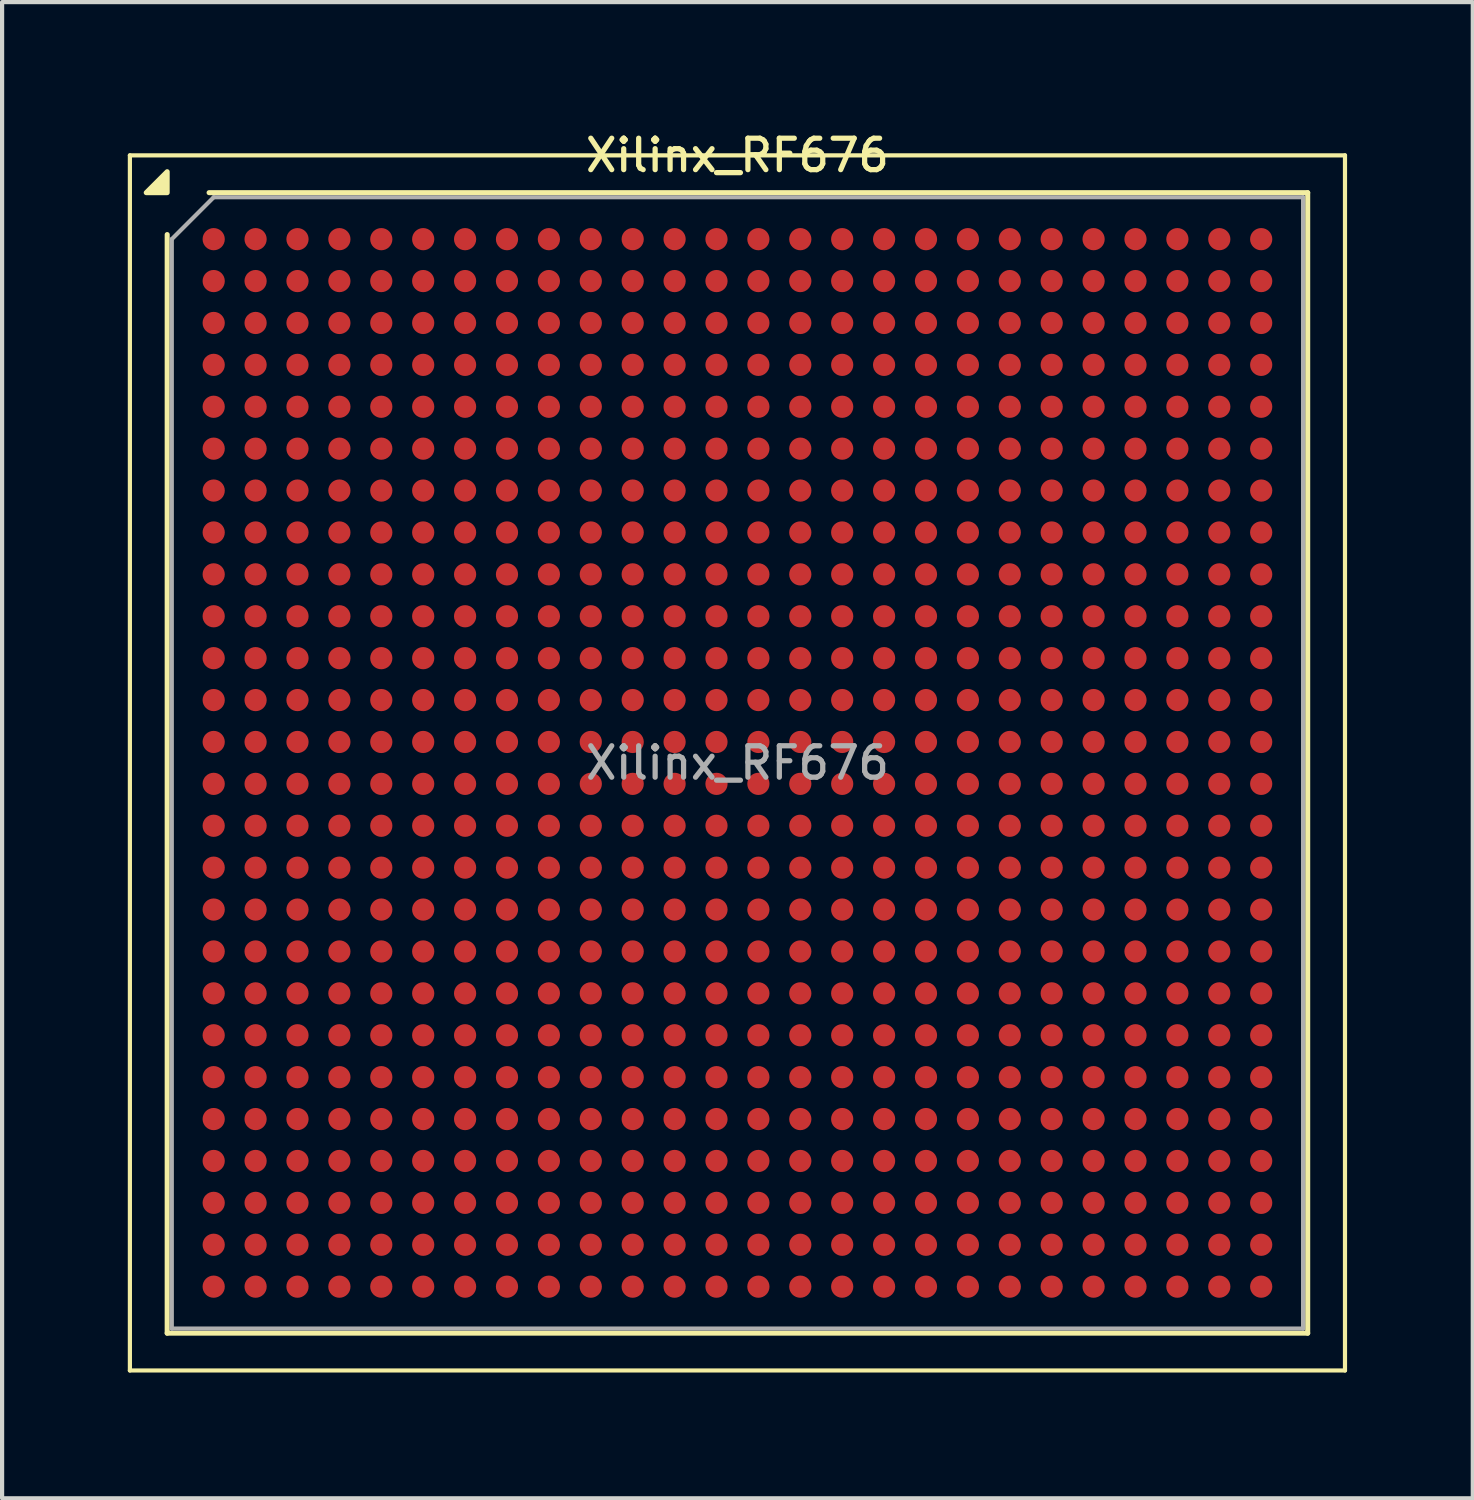
<source format=kicad_pcb>
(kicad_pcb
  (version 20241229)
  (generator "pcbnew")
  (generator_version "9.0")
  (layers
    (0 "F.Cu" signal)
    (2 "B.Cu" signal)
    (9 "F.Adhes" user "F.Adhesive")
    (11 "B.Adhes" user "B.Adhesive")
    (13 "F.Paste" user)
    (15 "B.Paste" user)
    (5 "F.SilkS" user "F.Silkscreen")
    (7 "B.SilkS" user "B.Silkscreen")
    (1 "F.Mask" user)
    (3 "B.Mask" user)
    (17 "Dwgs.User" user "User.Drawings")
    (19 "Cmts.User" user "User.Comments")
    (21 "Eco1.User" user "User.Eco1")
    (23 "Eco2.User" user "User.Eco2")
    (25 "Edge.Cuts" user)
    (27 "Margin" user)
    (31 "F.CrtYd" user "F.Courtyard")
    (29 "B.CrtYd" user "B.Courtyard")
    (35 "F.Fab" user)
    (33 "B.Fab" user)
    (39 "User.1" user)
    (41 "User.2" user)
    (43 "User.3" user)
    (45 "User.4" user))
  (footprint "Xilinx_RF676"
    (layer "F.Cu")
    (at 14.55 15.158)
    (property "Reference" "Xilinx_RF676" (at 0 -14.5 0) (layer "F.SilkS") (effects (font (size 0.75 0.75) (thickness 0.125))))
    (attr smd)
    (fp_line (start -14.5 -14.5) (end -14.5 14.5) (stroke (width 0.1) (type solid)) (layer "F.SilkS"))
    (fp_line (start -14.5 14.5) (end 14.5 14.5) (stroke (width 0.1) (type solid)) (layer "F.SilkS"))
    (fp_line (start -13.61 13.61) (end -13.61 -12.61) (stroke (width 0.12) (type solid)) (layer "F.SilkS"))
    (fp_line (start -12.61 -13.61) (end 13.61 -13.61) (stroke (width 0.12) (type solid)) (layer "F.SilkS"))
    (fp_line (start 13.61 -13.61) (end 13.61 13.61) (stroke (width 0.12) (type solid)) (layer "F.SilkS"))
    (fp_line (start 13.61 13.61) (end -13.61 13.61) (stroke (width 0.12) (type solid)) (layer "F.SilkS"))
    (fp_line (start 14.5 -14.5) (end -14.5 -14.5) (stroke (width 0.1) (type solid)) (layer "F.SilkS"))
    (fp_line (start 14.5 14.5) (end 14.5 -14.5) (stroke (width 0.1) (type solid)) (layer "F.SilkS"))
    (fp_poly (pts (xy -13.61 -13.61) (xy -14.11 -13.61) (xy -13.61 -14.11) (xy -13.61 -13.61)) (stroke (width 0.12) (type solid)) (fill yes) (layer "F.SilkS"))
    (fp_line (start -13.5 -12.5) (end -12.5 -13.5) (stroke (width 0.1) (type solid)) (layer "F.Fab"))
    (fp_line (start -13.5 13.5) (end -13.5 -12.5) (stroke (width 0.1) (type solid)) (layer "F.Fab"))
    (fp_line (start -12.5 -13.5) (end 13.5 -13.5) (stroke (width 0.1) (type solid)) (layer "F.Fab"))
    (fp_line (start 13.5 -13.5) (end 13.5 13.5) (stroke (width 0.1) (type solid)) (layer "F.Fab"))
    (fp_line (start 13.5 13.5) (end -13.5 13.5) (stroke (width 0.1) (type solid)) (layer "F.Fab"))
    (fp_text user "${REFERENCE}" (at 0 0 0) (layer "F.Fab") (effects (font (size 0.75 0.75) (thickness 0.125))))
    (pad "A1" smd circle (at -12.5 -12.5) (size 0.53 0.53) (property pad_prop_bga) (layers "F.Cu" "F.Mask" "F.Paste"))
    (pad "A2" smd circle (at -11.5 -12.5) (size 0.53 0.53) (property pad_prop_bga) (layers "F.Cu" "F.Mask" "F.Paste"))
    (pad "A3" smd circle (at -10.5 -12.5) (size 0.53 0.53) (property pad_prop_bga) (layers "F.Cu" "F.Mask" "F.Paste"))
    (pad "A4" smd circle (at -9.5 -12.5) (size 0.53 0.53) (property pad_prop_bga) (layers "F.Cu" "F.Mask" "F.Paste"))
    (pad "A5" smd circle (at -8.5 -12.5) (size 0.53 0.53) (property pad_prop_bga) (layers "F.Cu" "F.Mask" "F.Paste"))
    (pad "A6" smd circle (at -7.5 -12.5) (size 0.53 0.53) (property pad_prop_bga) (layers "F.Cu" "F.Mask" "F.Paste"))
    (pad "A7" smd circle (at -6.5 -12.5) (size 0.53 0.53) (property pad_prop_bga) (layers "F.Cu" "F.Mask" "F.Paste"))
    (pad "A8" smd circle (at -5.5 -12.5) (size 0.53 0.53) (property pad_prop_bga) (layers "F.Cu" "F.Mask" "F.Paste"))
    (pad "A9" smd circle (at -4.5 -12.5) (size 0.53 0.53) (property pad_prop_bga) (layers "F.Cu" "F.Mask" "F.Paste"))
    (pad "A10" smd circle (at -3.5 -12.5) (size 0.53 0.53) (property pad_prop_bga) (layers "F.Cu" "F.Mask" "F.Paste"))
    (pad "A11" smd circle (at -2.5 -12.5) (size 0.53 0.53) (property pad_prop_bga) (layers "F.Cu" "F.Mask" "F.Paste"))
    (pad "A12" smd circle (at -1.5 -12.5) (size 0.53 0.53) (property pad_prop_bga) (layers "F.Cu" "F.Mask" "F.Paste"))
    (pad "A13" smd circle (at -0.5 -12.5) (size 0.53 0.53) (property pad_prop_bga) (layers "F.Cu" "F.Mask" "F.Paste"))
    (pad "A14" smd circle (at 0.5 -12.5) (size 0.53 0.53) (property pad_prop_bga) (layers "F.Cu" "F.Mask" "F.Paste"))
    (pad "A15" smd circle (at 1.5 -12.5) (size 0.53 0.53) (property pad_prop_bga) (layers "F.Cu" "F.Mask" "F.Paste"))
    (pad "A16" smd circle (at 2.5 -12.5) (size 0.53 0.53) (property pad_prop_bga) (layers "F.Cu" "F.Mask" "F.Paste"))
    (pad "A17" smd circle (at 3.5 -12.5) (size 0.53 0.53) (property pad_prop_bga) (layers "F.Cu" "F.Mask" "F.Paste"))
    (pad "A18" smd circle (at 4.5 -12.5) (size 0.53 0.53) (property pad_prop_bga) (layers "F.Cu" "F.Mask" "F.Paste"))
    (pad "A19" smd circle (at 5.5 -12.5) (size 0.53 0.53) (property pad_prop_bga) (layers "F.Cu" "F.Mask" "F.Paste"))
    (pad "A20" smd circle (at 6.5 -12.5) (size 0.53 0.53) (property pad_prop_bga) (layers "F.Cu" "F.Mask" "F.Paste"))
    (pad "A21" smd circle (at 7.5 -12.5) (size 0.53 0.53) (property pad_prop_bga) (layers "F.Cu" "F.Mask" "F.Paste"))
    (pad "A22" smd circle (at 8.5 -12.5) (size 0.53 0.53) (property pad_prop_bga) (layers "F.Cu" "F.Mask" "F.Paste"))
    (pad "A23" smd circle (at 9.5 -12.5) (size 0.53 0.53) (property pad_prop_bga) (layers "F.Cu" "F.Mask" "F.Paste"))
    (pad "A24" smd circle (at 10.5 -12.5) (size 0.53 0.53) (property pad_prop_bga) (layers "F.Cu" "F.Mask" "F.Paste"))
    (pad "A25" smd circle (at 11.5 -12.5) (size 0.53 0.53) (property pad_prop_bga) (layers "F.Cu" "F.Mask" "F.Paste"))
    (pad "A26" smd circle (at 12.5 -12.5) (size 0.53 0.53) (property pad_prop_bga) (layers "F.Cu" "F.Mask" "F.Paste"))
    (pad "AA1" smd circle (at -12.5 7.5) (size 0.53 0.53) (property pad_prop_bga) (layers "F.Cu" "F.Mask" "F.Paste"))
    (pad "AA2" smd circle (at -11.5 7.5) (size 0.53 0.53) (property pad_prop_bga) (layers "F.Cu" "F.Mask" "F.Paste"))
    (pad "AA3" smd circle (at -10.5 7.5) (size 0.53 0.53) (property pad_prop_bga) (layers "F.Cu" "F.Mask" "F.Paste"))
    (pad "AA4" smd circle (at -9.5 7.5) (size 0.53 0.53) (property pad_prop_bga) (layers "F.Cu" "F.Mask" "F.Paste"))
    (pad "AA5" smd circle (at -8.5 7.5) (size 0.53 0.53) (property pad_prop_bga) (layers "F.Cu" "F.Mask" "F.Paste"))
    (pad "AA6" smd circle (at -7.5 7.5) (size 0.53 0.53) (property pad_prop_bga) (layers "F.Cu" "F.Mask" "F.Paste"))
    (pad "AA7" smd circle (at -6.5 7.5) (size 0.53 0.53) (property pad_prop_bga) (layers "F.Cu" "F.Mask" "F.Paste"))
    (pad "AA8" smd circle (at -5.5 7.5) (size 0.53 0.53) (property pad_prop_bga) (layers "F.Cu" "F.Mask" "F.Paste"))
    (pad "AA9" smd circle (at -4.5 7.5) (size 0.53 0.53) (property pad_prop_bga) (layers "F.Cu" "F.Mask" "F.Paste"))
    (pad "AA10" smd circle (at -3.5 7.5) (size 0.53 0.53) (property pad_prop_bga) (layers "F.Cu" "F.Mask" "F.Paste"))
    (pad "AA11" smd circle (at -2.5 7.5) (size 0.53 0.53) (property pad_prop_bga) (layers "F.Cu" "F.Mask" "F.Paste"))
    (pad "AA12" smd circle (at -1.5 7.5) (size 0.53 0.53) (property pad_prop_bga) (layers "F.Cu" "F.Mask" "F.Paste"))
    (pad "AA13" smd circle (at -0.5 7.5) (size 0.53 0.53) (property pad_prop_bga) (layers "F.Cu" "F.Mask" "F.Paste"))
    (pad "AA14" smd circle (at 0.5 7.5) (size 0.53 0.53) (property pad_prop_bga) (layers "F.Cu" "F.Mask" "F.Paste"))
    (pad "AA15" smd circle (at 1.5 7.5) (size 0.53 0.53) (property pad_prop_bga) (layers "F.Cu" "F.Mask" "F.Paste"))
    (pad "AA16" smd circle (at 2.5 7.5) (size 0.53 0.53) (property pad_prop_bga) (layers "F.Cu" "F.Mask" "F.Paste"))
    (pad "AA17" smd circle (at 3.5 7.5) (size 0.53 0.53) (property pad_prop_bga) (layers "F.Cu" "F.Mask" "F.Paste"))
    (pad "AA18" smd circle (at 4.5 7.5) (size 0.53 0.53) (property pad_prop_bga) (layers "F.Cu" "F.Mask" "F.Paste"))
    (pad "AA19" smd circle (at 5.5 7.5) (size 0.53 0.53) (property pad_prop_bga) (layers "F.Cu" "F.Mask" "F.Paste"))
    (pad "AA20" smd circle (at 6.5 7.5) (size 0.53 0.53) (property pad_prop_bga) (layers "F.Cu" "F.Mask" "F.Paste"))
    (pad "AA21" smd circle (at 7.5 7.5) (size 0.53 0.53) (property pad_prop_bga) (layers "F.Cu" "F.Mask" "F.Paste"))
    (pad "AA22" smd circle (at 8.5 7.5) (size 0.53 0.53) (property pad_prop_bga) (layers "F.Cu" "F.Mask" "F.Paste"))
    (pad "AA23" smd circle (at 9.5 7.5) (size 0.53 0.53) (property pad_prop_bga) (layers "F.Cu" "F.Mask" "F.Paste"))
    (pad "AA24" smd circle (at 10.5 7.5) (size 0.53 0.53) (property pad_prop_bga) (layers "F.Cu" "F.Mask" "F.Paste"))
    (pad "AA25" smd circle (at 11.5 7.5) (size 0.53 0.53) (property pad_prop_bga) (layers "F.Cu" "F.Mask" "F.Paste"))
    (pad "AA26" smd circle (at 12.5 7.5) (size 0.53 0.53) (property pad_prop_bga) (layers "F.Cu" "F.Mask" "F.Paste"))
    (pad "AB1" smd circle (at -12.5 8.5) (size 0.53 0.53) (property pad_prop_bga) (layers "F.Cu" "F.Mask" "F.Paste"))
    (pad "AB2" smd circle (at -11.5 8.5) (size 0.53 0.53) (property pad_prop_bga) (layers "F.Cu" "F.Mask" "F.Paste"))
    (pad "AB3" smd circle (at -10.5 8.5) (size 0.53 0.53) (property pad_prop_bga) (layers "F.Cu" "F.Mask" "F.Paste"))
    (pad "AB4" smd circle (at -9.5 8.5) (size 0.53 0.53) (property pad_prop_bga) (layers "F.Cu" "F.Mask" "F.Paste"))
    (pad "AB5" smd circle (at -8.5 8.5) (size 0.53 0.53) (property pad_prop_bga) (layers "F.Cu" "F.Mask" "F.Paste"))
    (pad "AB6" smd circle (at -7.5 8.5) (size 0.53 0.53) (property pad_prop_bga) (layers "F.Cu" "F.Mask" "F.Paste"))
    (pad "AB7" smd circle (at -6.5 8.5) (size 0.53 0.53) (property pad_prop_bga) (layers "F.Cu" "F.Mask" "F.Paste"))
    (pad "AB8" smd circle (at -5.5 8.5) (size 0.53 0.53) (property pad_prop_bga) (layers "F.Cu" "F.Mask" "F.Paste"))
    (pad "AB9" smd circle (at -4.5 8.5) (size 0.53 0.53) (property pad_prop_bga) (layers "F.Cu" "F.Mask" "F.Paste"))
    (pad "AB10" smd circle (at -3.5 8.5) (size 0.53 0.53) (property pad_prop_bga) (layers "F.Cu" "F.Mask" "F.Paste"))
    (pad "AB11" smd circle (at -2.5 8.5) (size 0.53 0.53) (property pad_prop_bga) (layers "F.Cu" "F.Mask" "F.Paste"))
    (pad "AB12" smd circle (at -1.5 8.5) (size 0.53 0.53) (property pad_prop_bga) (layers "F.Cu" "F.Mask" "F.Paste"))
    (pad "AB13" smd circle (at -0.5 8.5) (size 0.53 0.53) (property pad_prop_bga) (layers "F.Cu" "F.Mask" "F.Paste"))
    (pad "AB14" smd circle (at 0.5 8.5) (size 0.53 0.53) (property pad_prop_bga) (layers "F.Cu" "F.Mask" "F.Paste"))
    (pad "AB15" smd circle (at 1.5 8.5) (size 0.53 0.53) (property pad_prop_bga) (layers "F.Cu" "F.Mask" "F.Paste"))
    (pad "AB16" smd circle (at 2.5 8.5) (size 0.53 0.53) (property pad_prop_bga) (layers "F.Cu" "F.Mask" "F.Paste"))
    (pad "AB17" smd circle (at 3.5 8.5) (size 0.53 0.53) (property pad_prop_bga) (layers "F.Cu" "F.Mask" "F.Paste"))
    (pad "AB18" smd circle (at 4.5 8.5) (size 0.53 0.53) (property pad_prop_bga) (layers "F.Cu" "F.Mask" "F.Paste"))
    (pad "AB19" smd circle (at 5.5 8.5) (size 0.53 0.53) (property pad_prop_bga) (layers "F.Cu" "F.Mask" "F.Paste"))
    (pad "AB20" smd circle (at 6.5 8.5) (size 0.53 0.53) (property pad_prop_bga) (layers "F.Cu" "F.Mask" "F.Paste"))
    (pad "AB21" smd circle (at 7.5 8.5) (size 0.53 0.53) (property pad_prop_bga) (layers "F.Cu" "F.Mask" "F.Paste"))
    (pad "AB22" smd circle (at 8.5 8.5) (size 0.53 0.53) (property pad_prop_bga) (layers "F.Cu" "F.Mask" "F.Paste"))
    (pad "AB23" smd circle (at 9.5 8.5) (size 0.53 0.53) (property pad_prop_bga) (layers "F.Cu" "F.Mask" "F.Paste"))
    (pad "AB24" smd circle (at 10.5 8.5) (size 0.53 0.53) (property pad_prop_bga) (layers "F.Cu" "F.Mask" "F.Paste"))
    (pad "AB25" smd circle (at 11.5 8.5) (size 0.53 0.53) (property pad_prop_bga) (layers "F.Cu" "F.Mask" "F.Paste"))
    (pad "AB26" smd circle (at 12.5 8.5) (size 0.53 0.53) (property pad_prop_bga) (layers "F.Cu" "F.Mask" "F.Paste"))
    (pad "AC1" smd circle (at -12.5 9.5) (size 0.53 0.53) (property pad_prop_bga) (layers "F.Cu" "F.Mask" "F.Paste"))
    (pad "AC2" smd circle (at -11.5 9.5) (size 0.53 0.53) (property pad_prop_bga) (layers "F.Cu" "F.Mask" "F.Paste"))
    (pad "AC3" smd circle (at -10.5 9.5) (size 0.53 0.53) (property pad_prop_bga) (layers "F.Cu" "F.Mask" "F.Paste"))
    (pad "AC4" smd circle (at -9.5 9.5) (size 0.53 0.53) (property pad_prop_bga) (layers "F.Cu" "F.Mask" "F.Paste"))
    (pad "AC5" smd circle (at -8.5 9.5) (size 0.53 0.53) (property pad_prop_bga) (layers "F.Cu" "F.Mask" "F.Paste"))
    (pad "AC6" smd circle (at -7.5 9.5) (size 0.53 0.53) (property pad_prop_bga) (layers "F.Cu" "F.Mask" "F.Paste"))
    (pad "AC7" smd circle (at -6.5 9.5) (size 0.53 0.53) (property pad_prop_bga) (layers "F.Cu" "F.Mask" "F.Paste"))
    (pad "AC8" smd circle (at -5.5 9.5) (size 0.53 0.53) (property pad_prop_bga) (layers "F.Cu" "F.Mask" "F.Paste"))
    (pad "AC9" smd circle (at -4.5 9.5) (size 0.53 0.53) (property pad_prop_bga) (layers "F.Cu" "F.Mask" "F.Paste"))
    (pad "AC10" smd circle (at -3.5 9.5) (size 0.53 0.53) (property pad_prop_bga) (layers "F.Cu" "F.Mask" "F.Paste"))
    (pad "AC11" smd circle (at -2.5 9.5) (size 0.53 0.53) (property pad_prop_bga) (layers "F.Cu" "F.Mask" "F.Paste"))
    (pad "AC12" smd circle (at -1.5 9.5) (size 0.53 0.53) (property pad_prop_bga) (layers "F.Cu" "F.Mask" "F.Paste"))
    (pad "AC13" smd circle (at -0.5 9.5) (size 0.53 0.53) (property pad_prop_bga) (layers "F.Cu" "F.Mask" "F.Paste"))
    (pad "AC14" smd circle (at 0.5 9.5) (size 0.53 0.53) (property pad_prop_bga) (layers "F.Cu" "F.Mask" "F.Paste"))
    (pad "AC15" smd circle (at 1.5 9.5) (size 0.53 0.53) (property pad_prop_bga) (layers "F.Cu" "F.Mask" "F.Paste"))
    (pad "AC16" smd circle (at 2.5 9.5) (size 0.53 0.53) (property pad_prop_bga) (layers "F.Cu" "F.Mask" "F.Paste"))
    (pad "AC17" smd circle (at 3.5 9.5) (size 0.53 0.53) (property pad_prop_bga) (layers "F.Cu" "F.Mask" "F.Paste"))
    (pad "AC18" smd circle (at 4.5 9.5) (size 0.53 0.53) (property pad_prop_bga) (layers "F.Cu" "F.Mask" "F.Paste"))
    (pad "AC19" smd circle (at 5.5 9.5) (size 0.53 0.53) (property pad_prop_bga) (layers "F.Cu" "F.Mask" "F.Paste"))
    (pad "AC20" smd circle (at 6.5 9.5) (size 0.53 0.53) (property pad_prop_bga) (layers "F.Cu" "F.Mask" "F.Paste"))
    (pad "AC21" smd circle (at 7.5 9.5) (size 0.53 0.53) (property pad_prop_bga) (layers "F.Cu" "F.Mask" "F.Paste"))
    (pad "AC22" smd circle (at 8.5 9.5) (size 0.53 0.53) (property pad_prop_bga) (layers "F.Cu" "F.Mask" "F.Paste"))
    (pad "AC23" smd circle (at 9.5 9.5) (size 0.53 0.53) (property pad_prop_bga) (layers "F.Cu" "F.Mask" "F.Paste"))
    (pad "AC24" smd circle (at 10.5 9.5) (size 0.53 0.53) (property pad_prop_bga) (layers "F.Cu" "F.Mask" "F.Paste"))
    (pad "AC25" smd circle (at 11.5 9.5) (size 0.53 0.53) (property pad_prop_bga) (layers "F.Cu" "F.Mask" "F.Paste"))
    (pad "AC26" smd circle (at 12.5 9.5) (size 0.53 0.53) (property pad_prop_bga) (layers "F.Cu" "F.Mask" "F.Paste"))
    (pad "AD1" smd circle (at -12.5 10.5) (size 0.53 0.53) (property pad_prop_bga) (layers "F.Cu" "F.Mask" "F.Paste"))
    (pad "AD2" smd circle (at -11.5 10.5) (size 0.53 0.53) (property pad_prop_bga) (layers "F.Cu" "F.Mask" "F.Paste"))
    (pad "AD3" smd circle (at -10.5 10.5) (size 0.53 0.53) (property pad_prop_bga) (layers "F.Cu" "F.Mask" "F.Paste"))
    (pad "AD4" smd circle (at -9.5 10.5) (size 0.53 0.53) (property pad_prop_bga) (layers "F.Cu" "F.Mask" "F.Paste"))
    (pad "AD5" smd circle (at -8.5 10.5) (size 0.53 0.53) (property pad_prop_bga) (layers "F.Cu" "F.Mask" "F.Paste"))
    (pad "AD6" smd circle (at -7.5 10.5) (size 0.53 0.53) (property pad_prop_bga) (layers "F.Cu" "F.Mask" "F.Paste"))
    (pad "AD7" smd circle (at -6.5 10.5) (size 0.53 0.53) (property pad_prop_bga) (layers "F.Cu" "F.Mask" "F.Paste"))
    (pad "AD8" smd circle (at -5.5 10.5) (size 0.53 0.53) (property pad_prop_bga) (layers "F.Cu" "F.Mask" "F.Paste"))
    (pad "AD9" smd circle (at -4.5 10.5) (size 0.53 0.53) (property pad_prop_bga) (layers "F.Cu" "F.Mask" "F.Paste"))
    (pad "AD10" smd circle (at -3.5 10.5) (size 0.53 0.53) (property pad_prop_bga) (layers "F.Cu" "F.Mask" "F.Paste"))
    (pad "AD11" smd circle (at -2.5 10.5) (size 0.53 0.53) (property pad_prop_bga) (layers "F.Cu" "F.Mask" "F.Paste"))
    (pad "AD12" smd circle (at -1.5 10.5) (size 0.53 0.53) (property pad_prop_bga) (layers "F.Cu" "F.Mask" "F.Paste"))
    (pad "AD13" smd circle (at -0.5 10.5) (size 0.53 0.53) (property pad_prop_bga) (layers "F.Cu" "F.Mask" "F.Paste"))
    (pad "AD14" smd circle (at 0.5 10.5) (size 0.53 0.53) (property pad_prop_bga) (layers "F.Cu" "F.Mask" "F.Paste"))
    (pad "AD15" smd circle (at 1.5 10.5) (size 0.53 0.53) (property pad_prop_bga) (layers "F.Cu" "F.Mask" "F.Paste"))
    (pad "AD16" smd circle (at 2.5 10.5) (size 0.53 0.53) (property pad_prop_bga) (layers "F.Cu" "F.Mask" "F.Paste"))
    (pad "AD17" smd circle (at 3.5 10.5) (size 0.53 0.53) (property pad_prop_bga) (layers "F.Cu" "F.Mask" "F.Paste"))
    (pad "AD18" smd circle (at 4.5 10.5) (size 0.53 0.53) (property pad_prop_bga) (layers "F.Cu" "F.Mask" "F.Paste"))
    (pad "AD19" smd circle (at 5.5 10.5) (size 0.53 0.53) (property pad_prop_bga) (layers "F.Cu" "F.Mask" "F.Paste"))
    (pad "AD20" smd circle (at 6.5 10.5) (size 0.53 0.53) (property pad_prop_bga) (layers "F.Cu" "F.Mask" "F.Paste"))
    (pad "AD21" smd circle (at 7.5 10.5) (size 0.53 0.53) (property pad_prop_bga) (layers "F.Cu" "F.Mask" "F.Paste"))
    (pad "AD22" smd circle (at 8.5 10.5) (size 0.53 0.53) (property pad_prop_bga) (layers "F.Cu" "F.Mask" "F.Paste"))
    (pad "AD23" smd circle (at 9.5 10.5) (size 0.53 0.53) (property pad_prop_bga) (layers "F.Cu" "F.Mask" "F.Paste"))
    (pad "AD24" smd circle (at 10.5 10.5) (size 0.53 0.53) (property pad_prop_bga) (layers "F.Cu" "F.Mask" "F.Paste"))
    (pad "AD25" smd circle (at 11.5 10.5) (size 0.53 0.53) (property pad_prop_bga) (layers "F.Cu" "F.Mask" "F.Paste"))
    (pad "AD26" smd circle (at 12.5 10.5) (size 0.53 0.53) (property pad_prop_bga) (layers "F.Cu" "F.Mask" "F.Paste"))
    (pad "AE1" smd circle (at -12.5 11.5) (size 0.53 0.53) (property pad_prop_bga) (layers "F.Cu" "F.Mask" "F.Paste"))
    (pad "AE2" smd circle (at -11.5 11.5) (size 0.53 0.53) (property pad_prop_bga) (layers "F.Cu" "F.Mask" "F.Paste"))
    (pad "AE3" smd circle (at -10.5 11.5) (size 0.53 0.53) (property pad_prop_bga) (layers "F.Cu" "F.Mask" "F.Paste"))
    (pad "AE4" smd circle (at -9.5 11.5) (size 0.53 0.53) (property pad_prop_bga) (layers "F.Cu" "F.Mask" "F.Paste"))
    (pad "AE5" smd circle (at -8.5 11.5) (size 0.53 0.53) (property pad_prop_bga) (layers "F.Cu" "F.Mask" "F.Paste"))
    (pad "AE6" smd circle (at -7.5 11.5) (size 0.53 0.53) (property pad_prop_bga) (layers "F.Cu" "F.Mask" "F.Paste"))
    (pad "AE7" smd circle (at -6.5 11.5) (size 0.53 0.53) (property pad_prop_bga) (layers "F.Cu" "F.Mask" "F.Paste"))
    (pad "AE8" smd circle (at -5.5 11.5) (size 0.53 0.53) (property pad_prop_bga) (layers "F.Cu" "F.Mask" "F.Paste"))
    (pad "AE9" smd circle (at -4.5 11.5) (size 0.53 0.53) (property pad_prop_bga) (layers "F.Cu" "F.Mask" "F.Paste"))
    (pad "AE10" smd circle (at -3.5 11.5) (size 0.53 0.53) (property pad_prop_bga) (layers "F.Cu" "F.Mask" "F.Paste"))
    (pad "AE11" smd circle (at -2.5 11.5) (size 0.53 0.53) (property pad_prop_bga) (layers "F.Cu" "F.Mask" "F.Paste"))
    (pad "AE12" smd circle (at -1.5 11.5) (size 0.53 0.53) (property pad_prop_bga) (layers "F.Cu" "F.Mask" "F.Paste"))
    (pad "AE13" smd circle (at -0.5 11.5) (size 0.53 0.53) (property pad_prop_bga) (layers "F.Cu" "F.Mask" "F.Paste"))
    (pad "AE14" smd circle (at 0.5 11.5) (size 0.53 0.53) (property pad_prop_bga) (layers "F.Cu" "F.Mask" "F.Paste"))
    (pad "AE15" smd circle (at 1.5 11.5) (size 0.53 0.53) (property pad_prop_bga) (layers "F.Cu" "F.Mask" "F.Paste"))
    (pad "AE16" smd circle (at 2.5 11.5) (size 0.53 0.53) (property pad_prop_bga) (layers "F.Cu" "F.Mask" "F.Paste"))
    (pad "AE17" smd circle (at 3.5 11.5) (size 0.53 0.53) (property pad_prop_bga) (layers "F.Cu" "F.Mask" "F.Paste"))
    (pad "AE18" smd circle (at 4.5 11.5) (size 0.53 0.53) (property pad_prop_bga) (layers "F.Cu" "F.Mask" "F.Paste"))
    (pad "AE19" smd circle (at 5.5 11.5) (size 0.53 0.53) (property pad_prop_bga) (layers "F.Cu" "F.Mask" "F.Paste"))
    (pad "AE20" smd circle (at 6.5 11.5) (size 0.53 0.53) (property pad_prop_bga) (layers "F.Cu" "F.Mask" "F.Paste"))
    (pad "AE21" smd circle (at 7.5 11.5) (size 0.53 0.53) (property pad_prop_bga) (layers "F.Cu" "F.Mask" "F.Paste"))
    (pad "AE22" smd circle (at 8.5 11.5) (size 0.53 0.53) (property pad_prop_bga) (layers "F.Cu" "F.Mask" "F.Paste"))
    (pad "AE23" smd circle (at 9.5 11.5) (size 0.53 0.53) (property pad_prop_bga) (layers "F.Cu" "F.Mask" "F.Paste"))
    (pad "AE24" smd circle (at 10.5 11.5) (size 0.53 0.53) (property pad_prop_bga) (layers "F.Cu" "F.Mask" "F.Paste"))
    (pad "AE25" smd circle (at 11.5 11.5) (size 0.53 0.53) (property pad_prop_bga) (layers "F.Cu" "F.Mask" "F.Paste"))
    (pad "AE26" smd circle (at 12.5 11.5) (size 0.53 0.53) (property pad_prop_bga) (layers "F.Cu" "F.Mask" "F.Paste"))
    (pad "AF1" smd circle (at -12.5 12.5) (size 0.53 0.53) (property pad_prop_bga) (layers "F.Cu" "F.Mask" "F.Paste"))
    (pad "AF2" smd circle (at -11.5 12.5) (size 0.53 0.53) (property pad_prop_bga) (layers "F.Cu" "F.Mask" "F.Paste"))
    (pad "AF3" smd circle (at -10.5 12.5) (size 0.53 0.53) (property pad_prop_bga) (layers "F.Cu" "F.Mask" "F.Paste"))
    (pad "AF4" smd circle (at -9.5 12.5) (size 0.53 0.53) (property pad_prop_bga) (layers "F.Cu" "F.Mask" "F.Paste"))
    (pad "AF5" smd circle (at -8.5 12.5) (size 0.53 0.53) (property pad_prop_bga) (layers "F.Cu" "F.Mask" "F.Paste"))
    (pad "AF6" smd circle (at -7.5 12.5) (size 0.53 0.53) (property pad_prop_bga) (layers "F.Cu" "F.Mask" "F.Paste"))
    (pad "AF7" smd circle (at -6.5 12.5) (size 0.53 0.53) (property pad_prop_bga) (layers "F.Cu" "F.Mask" "F.Paste"))
    (pad "AF8" smd circle (at -5.5 12.5) (size 0.53 0.53) (property pad_prop_bga) (layers "F.Cu" "F.Mask" "F.Paste"))
    (pad "AF9" smd circle (at -4.5 12.5) (size 0.53 0.53) (property pad_prop_bga) (layers "F.Cu" "F.Mask" "F.Paste"))
    (pad "AF10" smd circle (at -3.5 12.5) (size 0.53 0.53) (property pad_prop_bga) (layers "F.Cu" "F.Mask" "F.Paste"))
    (pad "AF11" smd circle (at -2.5 12.5) (size 0.53 0.53) (property pad_prop_bga) (layers "F.Cu" "F.Mask" "F.Paste"))
    (pad "AF12" smd circle (at -1.5 12.5) (size 0.53 0.53) (property pad_prop_bga) (layers "F.Cu" "F.Mask" "F.Paste"))
    (pad "AF13" smd circle (at -0.5 12.5) (size 0.53 0.53) (property pad_prop_bga) (layers "F.Cu" "F.Mask" "F.Paste"))
    (pad "AF14" smd circle (at 0.5 12.5) (size 0.53 0.53) (property pad_prop_bga) (layers "F.Cu" "F.Mask" "F.Paste"))
    (pad "AF15" smd circle (at 1.5 12.5) (size 0.53 0.53) (property pad_prop_bga) (layers "F.Cu" "F.Mask" "F.Paste"))
    (pad "AF16" smd circle (at 2.5 12.5) (size 0.53 0.53) (property pad_prop_bga) (layers "F.Cu" "F.Mask" "F.Paste"))
    (pad "AF17" smd circle (at 3.5 12.5) (size 0.53 0.53) (property pad_prop_bga) (layers "F.Cu" "F.Mask" "F.Paste"))
    (pad "AF18" smd circle (at 4.5 12.5) (size 0.53 0.53) (property pad_prop_bga) (layers "F.Cu" "F.Mask" "F.Paste"))
    (pad "AF19" smd circle (at 5.5 12.5) (size 0.53 0.53) (property pad_prop_bga) (layers "F.Cu" "F.Mask" "F.Paste"))
    (pad "AF20" smd circle (at 6.5 12.5) (size 0.53 0.53) (property pad_prop_bga) (layers "F.Cu" "F.Mask" "F.Paste"))
    (pad "AF21" smd circle (at 7.5 12.5) (size 0.53 0.53) (property pad_prop_bga) (layers "F.Cu" "F.Mask" "F.Paste"))
    (pad "AF22" smd circle (at 8.5 12.5) (size 0.53 0.53) (property pad_prop_bga) (layers "F.Cu" "F.Mask" "F.Paste"))
    (pad "AF23" smd circle (at 9.5 12.5) (size 0.53 0.53) (property pad_prop_bga) (layers "F.Cu" "F.Mask" "F.Paste"))
    (pad "AF24" smd circle (at 10.5 12.5) (size 0.53 0.53) (property pad_prop_bga) (layers "F.Cu" "F.Mask" "F.Paste"))
    (pad "AF25" smd circle (at 11.5 12.5) (size 0.53 0.53) (property pad_prop_bga) (layers "F.Cu" "F.Mask" "F.Paste"))
    (pad "AF26" smd circle (at 12.5 12.5) (size 0.53 0.53) (property pad_prop_bga) (layers "F.Cu" "F.Mask" "F.Paste"))
    (pad "B1" smd circle (at -12.5 -11.5) (size 0.53 0.53) (property pad_prop_bga) (layers "F.Cu" "F.Mask" "F.Paste"))
    (pad "B2" smd circle (at -11.5 -11.5) (size 0.53 0.53) (property pad_prop_bga) (layers "F.Cu" "F.Mask" "F.Paste"))
    (pad "B3" smd circle (at -10.5 -11.5) (size 0.53 0.53) (property pad_prop_bga) (layers "F.Cu" "F.Mask" "F.Paste"))
    (pad "B4" smd circle (at -9.5 -11.5) (size 0.53 0.53) (property pad_prop_bga) (layers "F.Cu" "F.Mask" "F.Paste"))
    (pad "B5" smd circle (at -8.5 -11.5) (size 0.53 0.53) (property pad_prop_bga) (layers "F.Cu" "F.Mask" "F.Paste"))
    (pad "B6" smd circle (at -7.5 -11.5) (size 0.53 0.53) (property pad_prop_bga) (layers "F.Cu" "F.Mask" "F.Paste"))
    (pad "B7" smd circle (at -6.5 -11.5) (size 0.53 0.53) (property pad_prop_bga) (layers "F.Cu" "F.Mask" "F.Paste"))
    (pad "B8" smd circle (at -5.5 -11.5) (size 0.53 0.53) (property pad_prop_bga) (layers "F.Cu" "F.Mask" "F.Paste"))
    (pad "B9" smd circle (at -4.5 -11.5) (size 0.53 0.53) (property pad_prop_bga) (layers "F.Cu" "F.Mask" "F.Paste"))
    (pad "B10" smd circle (at -3.5 -11.5) (size 0.53 0.53) (property pad_prop_bga) (layers "F.Cu" "F.Mask" "F.Paste"))
    (pad "B11" smd circle (at -2.5 -11.5) (size 0.53 0.53) (property pad_prop_bga) (layers "F.Cu" "F.Mask" "F.Paste"))
    (pad "B12" smd circle (at -1.5 -11.5) (size 0.53 0.53) (property pad_prop_bga) (layers "F.Cu" "F.Mask" "F.Paste"))
    (pad "B13" smd circle (at -0.5 -11.5) (size 0.53 0.53) (property pad_prop_bga) (layers "F.Cu" "F.Mask" "F.Paste"))
    (pad "B14" smd circle (at 0.5 -11.5) (size 0.53 0.53) (property pad_prop_bga) (layers "F.Cu" "F.Mask" "F.Paste"))
    (pad "B15" smd circle (at 1.5 -11.5) (size 0.53 0.53) (property pad_prop_bga) (layers "F.Cu" "F.Mask" "F.Paste"))
    (pad "B16" smd circle (at 2.5 -11.5) (size 0.53 0.53) (property pad_prop_bga) (layers "F.Cu" "F.Mask" "F.Paste"))
    (pad "B17" smd circle (at 3.5 -11.5) (size 0.53 0.53) (property pad_prop_bga) (layers "F.Cu" "F.Mask" "F.Paste"))
    (pad "B18" smd circle (at 4.5 -11.5) (size 0.53 0.53) (property pad_prop_bga) (layers "F.Cu" "F.Mask" "F.Paste"))
    (pad "B19" smd circle (at 5.5 -11.5) (size 0.53 0.53) (property pad_prop_bga) (layers "F.Cu" "F.Mask" "F.Paste"))
    (pad "B20" smd circle (at 6.5 -11.5) (size 0.53 0.53) (property pad_prop_bga) (layers "F.Cu" "F.Mask" "F.Paste"))
    (pad "B21" smd circle (at 7.5 -11.5) (size 0.53 0.53) (property pad_prop_bga) (layers "F.Cu" "F.Mask" "F.Paste"))
    (pad "B22" smd circle (at 8.5 -11.5) (size 0.53 0.53) (property pad_prop_bga) (layers "F.Cu" "F.Mask" "F.Paste"))
    (pad "B23" smd circle (at 9.5 -11.5) (size 0.53 0.53) (property pad_prop_bga) (layers "F.Cu" "F.Mask" "F.Paste"))
    (pad "B24" smd circle (at 10.5 -11.5) (size 0.53 0.53) (property pad_prop_bga) (layers "F.Cu" "F.Mask" "F.Paste"))
    (pad "B25" smd circle (at 11.5 -11.5) (size 0.53 0.53) (property pad_prop_bga) (layers "F.Cu" "F.Mask" "F.Paste"))
    (pad "B26" smd circle (at 12.5 -11.5) (size 0.53 0.53) (property pad_prop_bga) (layers "F.Cu" "F.Mask" "F.Paste"))
    (pad "C1" smd circle (at -12.5 -10.5) (size 0.53 0.53) (property pad_prop_bga) (layers "F.Cu" "F.Mask" "F.Paste"))
    (pad "C2" smd circle (at -11.5 -10.5) (size 0.53 0.53) (property pad_prop_bga) (layers "F.Cu" "F.Mask" "F.Paste"))
    (pad "C3" smd circle (at -10.5 -10.5) (size 0.53 0.53) (property pad_prop_bga) (layers "F.Cu" "F.Mask" "F.Paste"))
    (pad "C4" smd circle (at -9.5 -10.5) (size 0.53 0.53) (property pad_prop_bga) (layers "F.Cu" "F.Mask" "F.Paste"))
    (pad "C5" smd circle (at -8.5 -10.5) (size 0.53 0.53) (property pad_prop_bga) (layers "F.Cu" "F.Mask" "F.Paste"))
    (pad "C6" smd circle (at -7.5 -10.5) (size 0.53 0.53) (property pad_prop_bga) (layers "F.Cu" "F.Mask" "F.Paste"))
    (pad "C7" smd circle (at -6.5 -10.5) (size 0.53 0.53) (property pad_prop_bga) (layers "F.Cu" "F.Mask" "F.Paste"))
    (pad "C8" smd circle (at -5.5 -10.5) (size 0.53 0.53) (property pad_prop_bga) (layers "F.Cu" "F.Mask" "F.Paste"))
    (pad "C9" smd circle (at -4.5 -10.5) (size 0.53 0.53) (property pad_prop_bga) (layers "F.Cu" "F.Mask" "F.Paste"))
    (pad "C10" smd circle (at -3.5 -10.5) (size 0.53 0.53) (property pad_prop_bga) (layers "F.Cu" "F.Mask" "F.Paste"))
    (pad "C11" smd circle (at -2.5 -10.5) (size 0.53 0.53) (property pad_prop_bga) (layers "F.Cu" "F.Mask" "F.Paste"))
    (pad "C12" smd circle (at -1.5 -10.5) (size 0.53 0.53) (property pad_prop_bga) (layers "F.Cu" "F.Mask" "F.Paste"))
    (pad "C13" smd circle (at -0.5 -10.5) (size 0.53 0.53) (property pad_prop_bga) (layers "F.Cu" "F.Mask" "F.Paste"))
    (pad "C14" smd circle (at 0.5 -10.5) (size 0.53 0.53) (property pad_prop_bga) (layers "F.Cu" "F.Mask" "F.Paste"))
    (pad "C15" smd circle (at 1.5 -10.5) (size 0.53 0.53) (property pad_prop_bga) (layers "F.Cu" "F.Mask" "F.Paste"))
    (pad "C16" smd circle (at 2.5 -10.5) (size 0.53 0.53) (property pad_prop_bga) (layers "F.Cu" "F.Mask" "F.Paste"))
    (pad "C17" smd circle (at 3.5 -10.5) (size 0.53 0.53) (property pad_prop_bga) (layers "F.Cu" "F.Mask" "F.Paste"))
    (pad "C18" smd circle (at 4.5 -10.5) (size 0.53 0.53) (property pad_prop_bga) (layers "F.Cu" "F.Mask" "F.Paste"))
    (pad "C19" smd circle (at 5.5 -10.5) (size 0.53 0.53) (property pad_prop_bga) (layers "F.Cu" "F.Mask" "F.Paste"))
    (pad "C20" smd circle (at 6.5 -10.5) (size 0.53 0.53) (property pad_prop_bga) (layers "F.Cu" "F.Mask" "F.Paste"))
    (pad "C21" smd circle (at 7.5 -10.5) (size 0.53 0.53) (property pad_prop_bga) (layers "F.Cu" "F.Mask" "F.Paste"))
    (pad "C22" smd circle (at 8.5 -10.5) (size 0.53 0.53) (property pad_prop_bga) (layers "F.Cu" "F.Mask" "F.Paste"))
    (pad "C23" smd circle (at 9.5 -10.5) (size 0.53 0.53) (property pad_prop_bga) (layers "F.Cu" "F.Mask" "F.Paste"))
    (pad "C24" smd circle (at 10.5 -10.5) (size 0.53 0.53) (property pad_prop_bga) (layers "F.Cu" "F.Mask" "F.Paste"))
    (pad "C25" smd circle (at 11.5 -10.5) (size 0.53 0.53) (property pad_prop_bga) (layers "F.Cu" "F.Mask" "F.Paste"))
    (pad "C26" smd circle (at 12.5 -10.5) (size 0.53 0.53) (property pad_prop_bga) (layers "F.Cu" "F.Mask" "F.Paste"))
    (pad "D1" smd circle (at -12.5 -9.5) (size 0.53 0.53) (property pad_prop_bga) (layers "F.Cu" "F.Mask" "F.Paste"))
    (pad "D2" smd circle (at -11.5 -9.5) (size 0.53 0.53) (property pad_prop_bga) (layers "F.Cu" "F.Mask" "F.Paste"))
    (pad "D3" smd circle (at -10.5 -9.5) (size 0.53 0.53) (property pad_prop_bga) (layers "F.Cu" "F.Mask" "F.Paste"))
    (pad "D4" smd circle (at -9.5 -9.5) (size 0.53 0.53) (property pad_prop_bga) (layers "F.Cu" "F.Mask" "F.Paste"))
    (pad "D5" smd circle (at -8.5 -9.5) (size 0.53 0.53) (property pad_prop_bga) (layers "F.Cu" "F.Mask" "F.Paste"))
    (pad "D6" smd circle (at -7.5 -9.5) (size 0.53 0.53) (property pad_prop_bga) (layers "F.Cu" "F.Mask" "F.Paste"))
    (pad "D7" smd circle (at -6.5 -9.5) (size 0.53 0.53) (property pad_prop_bga) (layers "F.Cu" "F.Mask" "F.Paste"))
    (pad "D8" smd circle (at -5.5 -9.5) (size 0.53 0.53) (property pad_prop_bga) (layers "F.Cu" "F.Mask" "F.Paste"))
    (pad "D9" smd circle (at -4.5 -9.5) (size 0.53 0.53) (property pad_prop_bga) (layers "F.Cu" "F.Mask" "F.Paste"))
    (pad "D10" smd circle (at -3.5 -9.5) (size 0.53 0.53) (property pad_prop_bga) (layers "F.Cu" "F.Mask" "F.Paste"))
    (pad "D11" smd circle (at -2.5 -9.5) (size 0.53 0.53) (property pad_prop_bga) (layers "F.Cu" "F.Mask" "F.Paste"))
    (pad "D12" smd circle (at -1.5 -9.5) (size 0.53 0.53) (property pad_prop_bga) (layers "F.Cu" "F.Mask" "F.Paste"))
    (pad "D13" smd circle (at -0.5 -9.5) (size 0.53 0.53) (property pad_prop_bga) (layers "F.Cu" "F.Mask" "F.Paste"))
    (pad "D14" smd circle (at 0.5 -9.5) (size 0.53 0.53) (property pad_prop_bga) (layers "F.Cu" "F.Mask" "F.Paste"))
    (pad "D15" smd circle (at 1.5 -9.5) (size 0.53 0.53) (property pad_prop_bga) (layers "F.Cu" "F.Mask" "F.Paste"))
    (pad "D16" smd circle (at 2.5 -9.5) (size 0.53 0.53) (property pad_prop_bga) (layers "F.Cu" "F.Mask" "F.Paste"))
    (pad "D17" smd circle (at 3.5 -9.5) (size 0.53 0.53) (property pad_prop_bga) (layers "F.Cu" "F.Mask" "F.Paste"))
    (pad "D18" smd circle (at 4.5 -9.5) (size 0.53 0.53) (property pad_prop_bga) (layers "F.Cu" "F.Mask" "F.Paste"))
    (pad "D19" smd circle (at 5.5 -9.5) (size 0.53 0.53) (property pad_prop_bga) (layers "F.Cu" "F.Mask" "F.Paste"))
    (pad "D20" smd circle (at 6.5 -9.5) (size 0.53 0.53) (property pad_prop_bga) (layers "F.Cu" "F.Mask" "F.Paste"))
    (pad "D21" smd circle (at 7.5 -9.5) (size 0.53 0.53) (property pad_prop_bga) (layers "F.Cu" "F.Mask" "F.Paste"))
    (pad "D22" smd circle (at 8.5 -9.5) (size 0.53 0.53) (property pad_prop_bga) (layers "F.Cu" "F.Mask" "F.Paste"))
    (pad "D23" smd circle (at 9.5 -9.5) (size 0.53 0.53) (property pad_prop_bga) (layers "F.Cu" "F.Mask" "F.Paste"))
    (pad "D24" smd circle (at 10.5 -9.5) (size 0.53 0.53) (property pad_prop_bga) (layers "F.Cu" "F.Mask" "F.Paste"))
    (pad "D25" smd circle (at 11.5 -9.5) (size 0.53 0.53) (property pad_prop_bga) (layers "F.Cu" "F.Mask" "F.Paste"))
    (pad "D26" smd circle (at 12.5 -9.5) (size 0.53 0.53) (property pad_prop_bga) (layers "F.Cu" "F.Mask" "F.Paste"))
    (pad "E1" smd circle (at -12.5 -8.5) (size 0.53 0.53) (property pad_prop_bga) (layers "F.Cu" "F.Mask" "F.Paste"))
    (pad "E2" smd circle (at -11.5 -8.5) (size 0.53 0.53) (property pad_prop_bga) (layers "F.Cu" "F.Mask" "F.Paste"))
    (pad "E3" smd circle (at -10.5 -8.5) (size 0.53 0.53) (property pad_prop_bga) (layers "F.Cu" "F.Mask" "F.Paste"))
    (pad "E4" smd circle (at -9.5 -8.5) (size 0.53 0.53) (property pad_prop_bga) (layers "F.Cu" "F.Mask" "F.Paste"))
    (pad "E5" smd circle (at -8.5 -8.5) (size 0.53 0.53) (property pad_prop_bga) (layers "F.Cu" "F.Mask" "F.Paste"))
    (pad "E6" smd circle (at -7.5 -8.5) (size 0.53 0.53) (property pad_prop_bga) (layers "F.Cu" "F.Mask" "F.Paste"))
    (pad "E7" smd circle (at -6.5 -8.5) (size 0.53 0.53) (property pad_prop_bga) (layers "F.Cu" "F.Mask" "F.Paste"))
    (pad "E8" smd circle (at -5.5 -8.5) (size 0.53 0.53) (property pad_prop_bga) (layers "F.Cu" "F.Mask" "F.Paste"))
    (pad "E9" smd circle (at -4.5 -8.5) (size 0.53 0.53) (property pad_prop_bga) (layers "F.Cu" "F.Mask" "F.Paste"))
    (pad "E10" smd circle (at -3.5 -8.5) (size 0.53 0.53) (property pad_prop_bga) (layers "F.Cu" "F.Mask" "F.Paste"))
    (pad "E11" smd circle (at -2.5 -8.5) (size 0.53 0.53) (property pad_prop_bga) (layers "F.Cu" "F.Mask" "F.Paste"))
    (pad "E12" smd circle (at -1.5 -8.5) (size 0.53 0.53) (property pad_prop_bga) (layers "F.Cu" "F.Mask" "F.Paste"))
    (pad "E13" smd circle (at -0.5 -8.5) (size 0.53 0.53) (property pad_prop_bga) (layers "F.Cu" "F.Mask" "F.Paste"))
    (pad "E14" smd circle (at 0.5 -8.5) (size 0.53 0.53) (property pad_prop_bga) (layers "F.Cu" "F.Mask" "F.Paste"))
    (pad "E15" smd circle (at 1.5 -8.5) (size 0.53 0.53) (property pad_prop_bga) (layers "F.Cu" "F.Mask" "F.Paste"))
    (pad "E16" smd circle (at 2.5 -8.5) (size 0.53 0.53) (property pad_prop_bga) (layers "F.Cu" "F.Mask" "F.Paste"))
    (pad "E17" smd circle (at 3.5 -8.5) (size 0.53 0.53) (property pad_prop_bga) (layers "F.Cu" "F.Mask" "F.Paste"))
    (pad "E18" smd circle (at 4.5 -8.5) (size 0.53 0.53) (property pad_prop_bga) (layers "F.Cu" "F.Mask" "F.Paste"))
    (pad "E19" smd circle (at 5.5 -8.5) (size 0.53 0.53) (property pad_prop_bga) (layers "F.Cu" "F.Mask" "F.Paste"))
    (pad "E20" smd circle (at 6.5 -8.5) (size 0.53 0.53) (property pad_prop_bga) (layers "F.Cu" "F.Mask" "F.Paste"))
    (pad "E21" smd circle (at 7.5 -8.5) (size 0.53 0.53) (property pad_prop_bga) (layers "F.Cu" "F.Mask" "F.Paste"))
    (pad "E22" smd circle (at 8.5 -8.5) (size 0.53 0.53) (property pad_prop_bga) (layers "F.Cu" "F.Mask" "F.Paste"))
    (pad "E23" smd circle (at 9.5 -8.5) (size 0.53 0.53) (property pad_prop_bga) (layers "F.Cu" "F.Mask" "F.Paste"))
    (pad "E24" smd circle (at 10.5 -8.5) (size 0.53 0.53) (property pad_prop_bga) (layers "F.Cu" "F.Mask" "F.Paste"))
    (pad "E25" smd circle (at 11.5 -8.5) (size 0.53 0.53) (property pad_prop_bga) (layers "F.Cu" "F.Mask" "F.Paste"))
    (pad "E26" smd circle (at 12.5 -8.5) (size 0.53 0.53) (property pad_prop_bga) (layers "F.Cu" "F.Mask" "F.Paste"))
    (pad "F1" smd circle (at -12.5 -7.5) (size 0.53 0.53) (property pad_prop_bga) (layers "F.Cu" "F.Mask" "F.Paste"))
    (pad "F2" smd circle (at -11.5 -7.5) (size 0.53 0.53) (property pad_prop_bga) (layers "F.Cu" "F.Mask" "F.Paste"))
    (pad "F3" smd circle (at -10.5 -7.5) (size 0.53 0.53) (property pad_prop_bga) (layers "F.Cu" "F.Mask" "F.Paste"))
    (pad "F4" smd circle (at -9.5 -7.5) (size 0.53 0.53) (property pad_prop_bga) (layers "F.Cu" "F.Mask" "F.Paste"))
    (pad "F5" smd circle (at -8.5 -7.5) (size 0.53 0.53) (property pad_prop_bga) (layers "F.Cu" "F.Mask" "F.Paste"))
    (pad "F6" smd circle (at -7.5 -7.5) (size 0.53 0.53) (property pad_prop_bga) (layers "F.Cu" "F.Mask" "F.Paste"))
    (pad "F7" smd circle (at -6.5 -7.5) (size 0.53 0.53) (property pad_prop_bga) (layers "F.Cu" "F.Mask" "F.Paste"))
    (pad "F8" smd circle (at -5.5 -7.5) (size 0.53 0.53) (property pad_prop_bga) (layers "F.Cu" "F.Mask" "F.Paste"))
    (pad "F9" smd circle (at -4.5 -7.5) (size 0.53 0.53) (property pad_prop_bga) (layers "F.Cu" "F.Mask" "F.Paste"))
    (pad "F10" smd circle (at -3.5 -7.5) (size 0.53 0.53) (property pad_prop_bga) (layers "F.Cu" "F.Mask" "F.Paste"))
    (pad "F11" smd circle (at -2.5 -7.5) (size 0.53 0.53) (property pad_prop_bga) (layers "F.Cu" "F.Mask" "F.Paste"))
    (pad "F12" smd circle (at -1.5 -7.5) (size 0.53 0.53) (property pad_prop_bga) (layers "F.Cu" "F.Mask" "F.Paste"))
    (pad "F13" smd circle (at -0.5 -7.5) (size 0.53 0.53) (property pad_prop_bga) (layers "F.Cu" "F.Mask" "F.Paste"))
    (pad "F14" smd circle (at 0.5 -7.5) (size 0.53 0.53) (property pad_prop_bga) (layers "F.Cu" "F.Mask" "F.Paste"))
    (pad "F15" smd circle (at 1.5 -7.5) (size 0.53 0.53) (property pad_prop_bga) (layers "F.Cu" "F.Mask" "F.Paste"))
    (pad "F16" smd circle (at 2.5 -7.5) (size 0.53 0.53) (property pad_prop_bga) (layers "F.Cu" "F.Mask" "F.Paste"))
    (pad "F17" smd circle (at 3.5 -7.5) (size 0.53 0.53) (property pad_prop_bga) (layers "F.Cu" "F.Mask" "F.Paste"))
    (pad "F18" smd circle (at 4.5 -7.5) (size 0.53 0.53) (property pad_prop_bga) (layers "F.Cu" "F.Mask" "F.Paste"))
    (pad "F19" smd circle (at 5.5 -7.5) (size 0.53 0.53) (property pad_prop_bga) (layers "F.Cu" "F.Mask" "F.Paste"))
    (pad "F20" smd circle (at 6.5 -7.5) (size 0.53 0.53) (property pad_prop_bga) (layers "F.Cu" "F.Mask" "F.Paste"))
    (pad "F21" smd circle (at 7.5 -7.5) (size 0.53 0.53) (property pad_prop_bga) (layers "F.Cu" "F.Mask" "F.Paste"))
    (pad "F22" smd circle (at 8.5 -7.5) (size 0.53 0.53) (property pad_prop_bga) (layers "F.Cu" "F.Mask" "F.Paste"))
    (pad "F23" smd circle (at 9.5 -7.5) (size 0.53 0.53) (property pad_prop_bga) (layers "F.Cu" "F.Mask" "F.Paste"))
    (pad "F24" smd circle (at 10.5 -7.5) (size 0.53 0.53) (property pad_prop_bga) (layers "F.Cu" "F.Mask" "F.Paste"))
    (pad "F25" smd circle (at 11.5 -7.5) (size 0.53 0.53) (property pad_prop_bga) (layers "F.Cu" "F.Mask" "F.Paste"))
    (pad "F26" smd circle (at 12.5 -7.5) (size 0.53 0.53) (property pad_prop_bga) (layers "F.Cu" "F.Mask" "F.Paste"))
    (pad "G1" smd circle (at -12.5 -6.5) (size 0.53 0.53) (property pad_prop_bga) (layers "F.Cu" "F.Mask" "F.Paste"))
    (pad "G2" smd circle (at -11.5 -6.5) (size 0.53 0.53) (property pad_prop_bga) (layers "F.Cu" "F.Mask" "F.Paste"))
    (pad "G3" smd circle (at -10.5 -6.5) (size 0.53 0.53) (property pad_prop_bga) (layers "F.Cu" "F.Mask" "F.Paste"))
    (pad "G4" smd circle (at -9.5 -6.5) (size 0.53 0.53) (property pad_prop_bga) (layers "F.Cu" "F.Mask" "F.Paste"))
    (pad "G5" smd circle (at -8.5 -6.5) (size 0.53 0.53) (property pad_prop_bga) (layers "F.Cu" "F.Mask" "F.Paste"))
    (pad "G6" smd circle (at -7.5 -6.5) (size 0.53 0.53) (property pad_prop_bga) (layers "F.Cu" "F.Mask" "F.Paste"))
    (pad "G7" smd circle (at -6.5 -6.5) (size 0.53 0.53) (property pad_prop_bga) (layers "F.Cu" "F.Mask" "F.Paste"))
    (pad "G8" smd circle (at -5.5 -6.5) (size 0.53 0.53) (property pad_prop_bga) (layers "F.Cu" "F.Mask" "F.Paste"))
    (pad "G9" smd circle (at -4.5 -6.5) (size 0.53 0.53) (property pad_prop_bga) (layers "F.Cu" "F.Mask" "F.Paste"))
    (pad "G10" smd circle (at -3.5 -6.5) (size 0.53 0.53) (property pad_prop_bga) (layers "F.Cu" "F.Mask" "F.Paste"))
    (pad "G11" smd circle (at -2.5 -6.5) (size 0.53 0.53) (property pad_prop_bga) (layers "F.Cu" "F.Mask" "F.Paste"))
    (pad "G12" smd circle (at -1.5 -6.5) (size 0.53 0.53) (property pad_prop_bga) (layers "F.Cu" "F.Mask" "F.Paste"))
    (pad "G13" smd circle (at -0.5 -6.5) (size 0.53 0.53) (property pad_prop_bga) (layers "F.Cu" "F.Mask" "F.Paste"))
    (pad "G14" smd circle (at 0.5 -6.5) (size 0.53 0.53) (property pad_prop_bga) (layers "F.Cu" "F.Mask" "F.Paste"))
    (pad "G15" smd circle (at 1.5 -6.5) (size 0.53 0.53) (property pad_prop_bga) (layers "F.Cu" "F.Mask" "F.Paste"))
    (pad "G16" smd circle (at 2.5 -6.5) (size 0.53 0.53) (property pad_prop_bga) (layers "F.Cu" "F.Mask" "F.Paste"))
    (pad "G17" smd circle (at 3.5 -6.5) (size 0.53 0.53) (property pad_prop_bga) (layers "F.Cu" "F.Mask" "F.Paste"))
    (pad "G18" smd circle (at 4.5 -6.5) (size 0.53 0.53) (property pad_prop_bga) (layers "F.Cu" "F.Mask" "F.Paste"))
    (pad "G19" smd circle (at 5.5 -6.5) (size 0.53 0.53) (property pad_prop_bga) (layers "F.Cu" "F.Mask" "F.Paste"))
    (pad "G20" smd circle (at 6.5 -6.5) (size 0.53 0.53) (property pad_prop_bga) (layers "F.Cu" "F.Mask" "F.Paste"))
    (pad "G21" smd circle (at 7.5 -6.5) (size 0.53 0.53) (property pad_prop_bga) (layers "F.Cu" "F.Mask" "F.Paste"))
    (pad "G22" smd circle (at 8.5 -6.5) (size 0.53 0.53) (property pad_prop_bga) (layers "F.Cu" "F.Mask" "F.Paste"))
    (pad "G23" smd circle (at 9.5 -6.5) (size 0.53 0.53) (property pad_prop_bga) (layers "F.Cu" "F.Mask" "F.Paste"))
    (pad "G24" smd circle (at 10.5 -6.5) (size 0.53 0.53) (property pad_prop_bga) (layers "F.Cu" "F.Mask" "F.Paste"))
    (pad "G25" smd circle (at 11.5 -6.5) (size 0.53 0.53) (property pad_prop_bga) (layers "F.Cu" "F.Mask" "F.Paste"))
    (pad "G26" smd circle (at 12.5 -6.5) (size 0.53 0.53) (property pad_prop_bga) (layers "F.Cu" "F.Mask" "F.Paste"))
    (pad "H1" smd circle (at -12.5 -5.5) (size 0.53 0.53) (property pad_prop_bga) (layers "F.Cu" "F.Mask" "F.Paste"))
    (pad "H2" smd circle (at -11.5 -5.5) (size 0.53 0.53) (property pad_prop_bga) (layers "F.Cu" "F.Mask" "F.Paste"))
    (pad "H3" smd circle (at -10.5 -5.5) (size 0.53 0.53) (property pad_prop_bga) (layers "F.Cu" "F.Mask" "F.Paste"))
    (pad "H4" smd circle (at -9.5 -5.5) (size 0.53 0.53) (property pad_prop_bga) (layers "F.Cu" "F.Mask" "F.Paste"))
    (pad "H5" smd circle (at -8.5 -5.5) (size 0.53 0.53) (property pad_prop_bga) (layers "F.Cu" "F.Mask" "F.Paste"))
    (pad "H6" smd circle (at -7.5 -5.5) (size 0.53 0.53) (property pad_prop_bga) (layers "F.Cu" "F.Mask" "F.Paste"))
    (pad "H7" smd circle (at -6.5 -5.5) (size 0.53 0.53) (property pad_prop_bga) (layers "F.Cu" "F.Mask" "F.Paste"))
    (pad "H8" smd circle (at -5.5 -5.5) (size 0.53 0.53) (property pad_prop_bga) (layers "F.Cu" "F.Mask" "F.Paste"))
    (pad "H9" smd circle (at -4.5 -5.5) (size 0.53 0.53) (property pad_prop_bga) (layers "F.Cu" "F.Mask" "F.Paste"))
    (pad "H10" smd circle (at -3.5 -5.5) (size 0.53 0.53) (property pad_prop_bga) (layers "F.Cu" "F.Mask" "F.Paste"))
    (pad "H11" smd circle (at -2.5 -5.5) (size 0.53 0.53) (property pad_prop_bga) (layers "F.Cu" "F.Mask" "F.Paste"))
    (pad "H12" smd circle (at -1.5 -5.5) (size 0.53 0.53) (property pad_prop_bga) (layers "F.Cu" "F.Mask" "F.Paste"))
    (pad "H13" smd circle (at -0.5 -5.5) (size 0.53 0.53) (property pad_prop_bga) (layers "F.Cu" "F.Mask" "F.Paste"))
    (pad "H14" smd circle (at 0.5 -5.5) (size 0.53 0.53) (property pad_prop_bga) (layers "F.Cu" "F.Mask" "F.Paste"))
    (pad "H15" smd circle (at 1.5 -5.5) (size 0.53 0.53) (property pad_prop_bga) (layers "F.Cu" "F.Mask" "F.Paste"))
    (pad "H16" smd circle (at 2.5 -5.5) (size 0.53 0.53) (property pad_prop_bga) (layers "F.Cu" "F.Mask" "F.Paste"))
    (pad "H17" smd circle (at 3.5 -5.5) (size 0.53 0.53) (property pad_prop_bga) (layers "F.Cu" "F.Mask" "F.Paste"))
    (pad "H18" smd circle (at 4.5 -5.5) (size 0.53 0.53) (property pad_prop_bga) (layers "F.Cu" "F.Mask" "F.Paste"))
    (pad "H19" smd circle (at 5.5 -5.5) (size 0.53 0.53) (property pad_prop_bga) (layers "F.Cu" "F.Mask" "F.Paste"))
    (pad "H20" smd circle (at 6.5 -5.5) (size 0.53 0.53) (property pad_prop_bga) (layers "F.Cu" "F.Mask" "F.Paste"))
    (pad "H21" smd circle (at 7.5 -5.5) (size 0.53 0.53) (property pad_prop_bga) (layers "F.Cu" "F.Mask" "F.Paste"))
    (pad "H22" smd circle (at 8.5 -5.5) (size 0.53 0.53) (property pad_prop_bga) (layers "F.Cu" "F.Mask" "F.Paste"))
    (pad "H23" smd circle (at 9.5 -5.5) (size 0.53 0.53) (property pad_prop_bga) (layers "F.Cu" "F.Mask" "F.Paste"))
    (pad "H24" smd circle (at 10.5 -5.5) (size 0.53 0.53) (property pad_prop_bga) (layers "F.Cu" "F.Mask" "F.Paste"))
    (pad "H25" smd circle (at 11.5 -5.5) (size 0.53 0.53) (property pad_prop_bga) (layers "F.Cu" "F.Mask" "F.Paste"))
    (pad "H26" smd circle (at 12.5 -5.5) (size 0.53 0.53) (property pad_prop_bga) (layers "F.Cu" "F.Mask" "F.Paste"))
    (pad "J1" smd circle (at -12.5 -4.5) (size 0.53 0.53) (property pad_prop_bga) (layers "F.Cu" "F.Mask" "F.Paste"))
    (pad "J2" smd circle (at -11.5 -4.5) (size 0.53 0.53) (property pad_prop_bga) (layers "F.Cu" "F.Mask" "F.Paste"))
    (pad "J3" smd circle (at -10.5 -4.5) (size 0.53 0.53) (property pad_prop_bga) (layers "F.Cu" "F.Mask" "F.Paste"))
    (pad "J4" smd circle (at -9.5 -4.5) (size 0.53 0.53) (property pad_prop_bga) (layers "F.Cu" "F.Mask" "F.Paste"))
    (pad "J5" smd circle (at -8.5 -4.5) (size 0.53 0.53) (property pad_prop_bga) (layers "F.Cu" "F.Mask" "F.Paste"))
    (pad "J6" smd circle (at -7.5 -4.5) (size 0.53 0.53) (property pad_prop_bga) (layers "F.Cu" "F.Mask" "F.Paste"))
    (pad "J7" smd circle (at -6.5 -4.5) (size 0.53 0.53) (property pad_prop_bga) (layers "F.Cu" "F.Mask" "F.Paste"))
    (pad "J8" smd circle (at -5.5 -4.5) (size 0.53 0.53) (property pad_prop_bga) (layers "F.Cu" "F.Mask" "F.Paste"))
    (pad "J9" smd circle (at -4.5 -4.5) (size 0.53 0.53) (property pad_prop_bga) (layers "F.Cu" "F.Mask" "F.Paste"))
    (pad "J10" smd circle (at -3.5 -4.5) (size 0.53 0.53) (property pad_prop_bga) (layers "F.Cu" "F.Mask" "F.Paste"))
    (pad "J11" smd circle (at -2.5 -4.5) (size 0.53 0.53) (property pad_prop_bga) (layers "F.Cu" "F.Mask" "F.Paste"))
    (pad "J12" smd circle (at -1.5 -4.5) (size 0.53 0.53) (property pad_prop_bga) (layers "F.Cu" "F.Mask" "F.Paste"))
    (pad "J13" smd circle (at -0.5 -4.5) (size 0.53 0.53) (property pad_prop_bga) (layers "F.Cu" "F.Mask" "F.Paste"))
    (pad "J14" smd circle (at 0.5 -4.5) (size 0.53 0.53) (property pad_prop_bga) (layers "F.Cu" "F.Mask" "F.Paste"))
    (pad "J15" smd circle (at 1.5 -4.5) (size 0.53 0.53) (property pad_prop_bga) (layers "F.Cu" "F.Mask" "F.Paste"))
    (pad "J16" smd circle (at 2.5 -4.5) (size 0.53 0.53) (property pad_prop_bga) (layers "F.Cu" "F.Mask" "F.Paste"))
    (pad "J17" smd circle (at 3.5 -4.5) (size 0.53 0.53) (property pad_prop_bga) (layers "F.Cu" "F.Mask" "F.Paste"))
    (pad "J18" smd circle (at 4.5 -4.5) (size 0.53 0.53) (property pad_prop_bga) (layers "F.Cu" "F.Mask" "F.Paste"))
    (pad "J19" smd circle (at 5.5 -4.5) (size 0.53 0.53) (property pad_prop_bga) (layers "F.Cu" "F.Mask" "F.Paste"))
    (pad "J20" smd circle (at 6.5 -4.5) (size 0.53 0.53) (property pad_prop_bga) (layers "F.Cu" "F.Mask" "F.Paste"))
    (pad "J21" smd circle (at 7.5 -4.5) (size 0.53 0.53) (property pad_prop_bga) (layers "F.Cu" "F.Mask" "F.Paste"))
    (pad "J22" smd circle (at 8.5 -4.5) (size 0.53 0.53) (property pad_prop_bga) (layers "F.Cu" "F.Mask" "F.Paste"))
    (pad "J23" smd circle (at 9.5 -4.5) (size 0.53 0.53) (property pad_prop_bga) (layers "F.Cu" "F.Mask" "F.Paste"))
    (pad "J24" smd circle (at 10.5 -4.5) (size 0.53 0.53) (property pad_prop_bga) (layers "F.Cu" "F.Mask" "F.Paste"))
    (pad "J25" smd circle (at 11.5 -4.5) (size 0.53 0.53) (property pad_prop_bga) (layers "F.Cu" "F.Mask" "F.Paste"))
    (pad "J26" smd circle (at 12.5 -4.5) (size 0.53 0.53) (property pad_prop_bga) (layers "F.Cu" "F.Mask" "F.Paste"))
    (pad "K1" smd circle (at -12.5 -3.5) (size 0.53 0.53) (property pad_prop_bga) (layers "F.Cu" "F.Mask" "F.Paste"))
    (pad "K2" smd circle (at -11.5 -3.5) (size 0.53 0.53) (property pad_prop_bga) (layers "F.Cu" "F.Mask" "F.Paste"))
    (pad "K3" smd circle (at -10.5 -3.5) (size 0.53 0.53) (property pad_prop_bga) (layers "F.Cu" "F.Mask" "F.Paste"))
    (pad "K4" smd circle (at -9.5 -3.5) (size 0.53 0.53) (property pad_prop_bga) (layers "F.Cu" "F.Mask" "F.Paste"))
    (pad "K5" smd circle (at -8.5 -3.5) (size 0.53 0.53) (property pad_prop_bga) (layers "F.Cu" "F.Mask" "F.Paste"))
    (pad "K6" smd circle (at -7.5 -3.5) (size 0.53 0.53) (property pad_prop_bga) (layers "F.Cu" "F.Mask" "F.Paste"))
    (pad "K7" smd circle (at -6.5 -3.5) (size 0.53 0.53) (property pad_prop_bga) (layers "F.Cu" "F.Mask" "F.Paste"))
    (pad "K8" smd circle (at -5.5 -3.5) (size 0.53 0.53) (property pad_prop_bga) (layers "F.Cu" "F.Mask" "F.Paste"))
    (pad "K9" smd circle (at -4.5 -3.5) (size 0.53 0.53) (property pad_prop_bga) (layers "F.Cu" "F.Mask" "F.Paste"))
    (pad "K10" smd circle (at -3.5 -3.5) (size 0.53 0.53) (property pad_prop_bga) (layers "F.Cu" "F.Mask" "F.Paste"))
    (pad "K11" smd circle (at -2.5 -3.5) (size 0.53 0.53) (property pad_prop_bga) (layers "F.Cu" "F.Mask" "F.Paste"))
    (pad "K12" smd circle (at -1.5 -3.5) (size 0.53 0.53) (property pad_prop_bga) (layers "F.Cu" "F.Mask" "F.Paste"))
    (pad "K13" smd circle (at -0.5 -3.5) (size 0.53 0.53) (property pad_prop_bga) (layers "F.Cu" "F.Mask" "F.Paste"))
    (pad "K14" smd circle (at 0.5 -3.5) (size 0.53 0.53) (property pad_prop_bga) (layers "F.Cu" "F.Mask" "F.Paste"))
    (pad "K15" smd circle (at 1.5 -3.5) (size 0.53 0.53) (property pad_prop_bga) (layers "F.Cu" "F.Mask" "F.Paste"))
    (pad "K16" smd circle (at 2.5 -3.5) (size 0.53 0.53) (property pad_prop_bga) (layers "F.Cu" "F.Mask" "F.Paste"))
    (pad "K17" smd circle (at 3.5 -3.5) (size 0.53 0.53) (property pad_prop_bga) (layers "F.Cu" "F.Mask" "F.Paste"))
    (pad "K18" smd circle (at 4.5 -3.5) (size 0.53 0.53) (property pad_prop_bga) (layers "F.Cu" "F.Mask" "F.Paste"))
    (pad "K19" smd circle (at 5.5 -3.5) (size 0.53 0.53) (property pad_prop_bga) (layers "F.Cu" "F.Mask" "F.Paste"))
    (pad "K20" smd circle (at 6.5 -3.5) (size 0.53 0.53) (property pad_prop_bga) (layers "F.Cu" "F.Mask" "F.Paste"))
    (pad "K21" smd circle (at 7.5 -3.5) (size 0.53 0.53) (property pad_prop_bga) (layers "F.Cu" "F.Mask" "F.Paste"))
    (pad "K22" smd circle (at 8.5 -3.5) (size 0.53 0.53) (property pad_prop_bga) (layers "F.Cu" "F.Mask" "F.Paste"))
    (pad "K23" smd circle (at 9.5 -3.5) (size 0.53 0.53) (property pad_prop_bga) (layers "F.Cu" "F.Mask" "F.Paste"))
    (pad "K24" smd circle (at 10.5 -3.5) (size 0.53 0.53) (property pad_prop_bga) (layers "F.Cu" "F.Mask" "F.Paste"))
    (pad "K25" smd circle (at 11.5 -3.5) (size 0.53 0.53) (property pad_prop_bga) (layers "F.Cu" "F.Mask" "F.Paste"))
    (pad "K26" smd circle (at 12.5 -3.5) (size 0.53 0.53) (property pad_prop_bga) (layers "F.Cu" "F.Mask" "F.Paste"))
    (pad "L1" smd circle (at -12.5 -2.5) (size 0.53 0.53) (property pad_prop_bga) (layers "F.Cu" "F.Mask" "F.Paste"))
    (pad "L2" smd circle (at -11.5 -2.5) (size 0.53 0.53) (property pad_prop_bga) (layers "F.Cu" "F.Mask" "F.Paste"))
    (pad "L3" smd circle (at -10.5 -2.5) (size 0.53 0.53) (property pad_prop_bga) (layers "F.Cu" "F.Mask" "F.Paste"))
    (pad "L4" smd circle (at -9.5 -2.5) (size 0.53 0.53) (property pad_prop_bga) (layers "F.Cu" "F.Mask" "F.Paste"))
    (pad "L5" smd circle (at -8.5 -2.5) (size 0.53 0.53) (property pad_prop_bga) (layers "F.Cu" "F.Mask" "F.Paste"))
    (pad "L6" smd circle (at -7.5 -2.5) (size 0.53 0.53) (property pad_prop_bga) (layers "F.Cu" "F.Mask" "F.Paste"))
    (pad "L7" smd circle (at -6.5 -2.5) (size 0.53 0.53) (property pad_prop_bga) (layers "F.Cu" "F.Mask" "F.Paste"))
    (pad "L8" smd circle (at -5.5 -2.5) (size 0.53 0.53) (property pad_prop_bga) (layers "F.Cu" "F.Mask" "F.Paste"))
    (pad "L9" smd circle (at -4.5 -2.5) (size 0.53 0.53) (property pad_prop_bga) (layers "F.Cu" "F.Mask" "F.Paste"))
    (pad "L10" smd circle (at -3.5 -2.5) (size 0.53 0.53) (property pad_prop_bga) (layers "F.Cu" "F.Mask" "F.Paste"))
    (pad "L11" smd circle (at -2.5 -2.5) (size 0.53 0.53) (property pad_prop_bga) (layers "F.Cu" "F.Mask" "F.Paste"))
    (pad "L12" smd circle (at -1.5 -2.5) (size 0.53 0.53) (property pad_prop_bga) (layers "F.Cu" "F.Mask" "F.Paste"))
    (pad "L13" smd circle (at -0.5 -2.5) (size 0.53 0.53) (property pad_prop_bga) (layers "F.Cu" "F.Mask" "F.Paste"))
    (pad "L14" smd circle (at 0.5 -2.5) (size 0.53 0.53) (property pad_prop_bga) (layers "F.Cu" "F.Mask" "F.Paste"))
    (pad "L15" smd circle (at 1.5 -2.5) (size 0.53 0.53) (property pad_prop_bga) (layers "F.Cu" "F.Mask" "F.Paste"))
    (pad "L16" smd circle (at 2.5 -2.5) (size 0.53 0.53) (property pad_prop_bga) (layers "F.Cu" "F.Mask" "F.Paste"))
    (pad "L17" smd circle (at 3.5 -2.5) (size 0.53 0.53) (property pad_prop_bga) (layers "F.Cu" "F.Mask" "F.Paste"))
    (pad "L18" smd circle (at 4.5 -2.5) (size 0.53 0.53) (property pad_prop_bga) (layers "F.Cu" "F.Mask" "F.Paste"))
    (pad "L19" smd circle (at 5.5 -2.5) (size 0.53 0.53) (property pad_prop_bga) (layers "F.Cu" "F.Mask" "F.Paste"))
    (pad "L20" smd circle (at 6.5 -2.5) (size 0.53 0.53) (property pad_prop_bga) (layers "F.Cu" "F.Mask" "F.Paste"))
    (pad "L21" smd circle (at 7.5 -2.5) (size 0.53 0.53) (property pad_prop_bga) (layers "F.Cu" "F.Mask" "F.Paste"))
    (pad "L22" smd circle (at 8.5 -2.5) (size 0.53 0.53) (property pad_prop_bga) (layers "F.Cu" "F.Mask" "F.Paste"))
    (pad "L23" smd circle (at 9.5 -2.5) (size 0.53 0.53) (property pad_prop_bga) (layers "F.Cu" "F.Mask" "F.Paste"))
    (pad "L24" smd circle (at 10.5 -2.5) (size 0.53 0.53) (property pad_prop_bga) (layers "F.Cu" "F.Mask" "F.Paste"))
    (pad "L25" smd circle (at 11.5 -2.5) (size 0.53 0.53) (property pad_prop_bga) (layers "F.Cu" "F.Mask" "F.Paste"))
    (pad "L26" smd circle (at 12.5 -2.5) (size 0.53 0.53) (property pad_prop_bga) (layers "F.Cu" "F.Mask" "F.Paste"))
    (pad "M1" smd circle (at -12.5 -1.5) (size 0.53 0.53) (property pad_prop_bga) (layers "F.Cu" "F.Mask" "F.Paste"))
    (pad "M2" smd circle (at -11.5 -1.5) (size 0.53 0.53) (property pad_prop_bga) (layers "F.Cu" "F.Mask" "F.Paste"))
    (pad "M3" smd circle (at -10.5 -1.5) (size 0.53 0.53) (property pad_prop_bga) (layers "F.Cu" "F.Mask" "F.Paste"))
    (pad "M4" smd circle (at -9.5 -1.5) (size 0.53 0.53) (property pad_prop_bga) (layers "F.Cu" "F.Mask" "F.Paste"))
    (pad "M5" smd circle (at -8.5 -1.5) (size 0.53 0.53) (property pad_prop_bga) (layers "F.Cu" "F.Mask" "F.Paste"))
    (pad "M6" smd circle (at -7.5 -1.5) (size 0.53 0.53) (property pad_prop_bga) (layers "F.Cu" "F.Mask" "F.Paste"))
    (pad "M7" smd circle (at -6.5 -1.5) (size 0.53 0.53) (property pad_prop_bga) (layers "F.Cu" "F.Mask" "F.Paste"))
    (pad "M8" smd circle (at -5.5 -1.5) (size 0.53 0.53) (property pad_prop_bga) (layers "F.Cu" "F.Mask" "F.Paste"))
    (pad "M9" smd circle (at -4.5 -1.5) (size 0.53 0.53) (property pad_prop_bga) (layers "F.Cu" "F.Mask" "F.Paste"))
    (pad "M10" smd circle (at -3.5 -1.5) (size 0.53 0.53) (property pad_prop_bga) (layers "F.Cu" "F.Mask" "F.Paste"))
    (pad "M11" smd circle (at -2.5 -1.5) (size 0.53 0.53) (property pad_prop_bga) (layers "F.Cu" "F.Mask" "F.Paste"))
    (pad "M12" smd circle (at -1.5 -1.5) (size 0.53 0.53) (property pad_prop_bga) (layers "F.Cu" "F.Mask" "F.Paste"))
    (pad "M13" smd circle (at -0.5 -1.5) (size 0.53 0.53) (property pad_prop_bga) (layers "F.Cu" "F.Mask" "F.Paste"))
    (pad "M14" smd circle (at 0.5 -1.5) (size 0.53 0.53) (property pad_prop_bga) (layers "F.Cu" "F.Mask" "F.Paste"))
    (pad "M15" smd circle (at 1.5 -1.5) (size 0.53 0.53) (property pad_prop_bga) (layers "F.Cu" "F.Mask" "F.Paste"))
    (pad "M16" smd circle (at 2.5 -1.5) (size 0.53 0.53) (property pad_prop_bga) (layers "F.Cu" "F.Mask" "F.Paste"))
    (pad "M17" smd circle (at 3.5 -1.5) (size 0.53 0.53) (property pad_prop_bga) (layers "F.Cu" "F.Mask" "F.Paste"))
    (pad "M18" smd circle (at 4.5 -1.5) (size 0.53 0.53) (property pad_prop_bga) (layers "F.Cu" "F.Mask" "F.Paste"))
    (pad "M19" smd circle (at 5.5 -1.5) (size 0.53 0.53) (property pad_prop_bga) (layers "F.Cu" "F.Mask" "F.Paste"))
    (pad "M20" smd circle (at 6.5 -1.5) (size 0.53 0.53) (property pad_prop_bga) (layers "F.Cu" "F.Mask" "F.Paste"))
    (pad "M21" smd circle (at 7.5 -1.5) (size 0.53 0.53) (property pad_prop_bga) (layers "F.Cu" "F.Mask" "F.Paste"))
    (pad "M22" smd circle (at 8.5 -1.5) (size 0.53 0.53) (property pad_prop_bga) (layers "F.Cu" "F.Mask" "F.Paste"))
    (pad "M23" smd circle (at 9.5 -1.5) (size 0.53 0.53) (property pad_prop_bga) (layers "F.Cu" "F.Mask" "F.Paste"))
    (pad "M24" smd circle (at 10.5 -1.5) (size 0.53 0.53) (property pad_prop_bga) (layers "F.Cu" "F.Mask" "F.Paste"))
    (pad "M25" smd circle (at 11.5 -1.5) (size 0.53 0.53) (property pad_prop_bga) (layers "F.Cu" "F.Mask" "F.Paste"))
    (pad "M26" smd circle (at 12.5 -1.5) (size 0.53 0.53) (property pad_prop_bga) (layers "F.Cu" "F.Mask" "F.Paste"))
    (pad "N1" smd circle (at -12.5 -0.5) (size 0.53 0.53) (property pad_prop_bga) (layers "F.Cu" "F.Mask" "F.Paste"))
    (pad "N2" smd circle (at -11.5 -0.5) (size 0.53 0.53) (property pad_prop_bga) (layers "F.Cu" "F.Mask" "F.Paste"))
    (pad "N3" smd circle (at -10.5 -0.5) (size 0.53 0.53) (property pad_prop_bga) (layers "F.Cu" "F.Mask" "F.Paste"))
    (pad "N4" smd circle (at -9.5 -0.5) (size 0.53 0.53) (property pad_prop_bga) (layers "F.Cu" "F.Mask" "F.Paste"))
    (pad "N5" smd circle (at -8.5 -0.5) (size 0.53 0.53) (property pad_prop_bga) (layers "F.Cu" "F.Mask" "F.Paste"))
    (pad "N6" smd circle (at -7.5 -0.5) (size 0.53 0.53) (property pad_prop_bga) (layers "F.Cu" "F.Mask" "F.Paste"))
    (pad "N7" smd circle (at -6.5 -0.5) (size 0.53 0.53) (property pad_prop_bga) (layers "F.Cu" "F.Mask" "F.Paste"))
    (pad "N8" smd circle (at -5.5 -0.5) (size 0.53 0.53) (property pad_prop_bga) (layers "F.Cu" "F.Mask" "F.Paste"))
    (pad "N9" smd circle (at -4.5 -0.5) (size 0.53 0.53) (property pad_prop_bga) (layers "F.Cu" "F.Mask" "F.Paste"))
    (pad "N10" smd circle (at -3.5 -0.5) (size 0.53 0.53) (property pad_prop_bga) (layers "F.Cu" "F.Mask" "F.Paste"))
    (pad "N11" smd circle (at -2.5 -0.5) (size 0.53 0.53) (property pad_prop_bga) (layers "F.Cu" "F.Mask" "F.Paste"))
    (pad "N12" smd circle (at -1.5 -0.5) (size 0.53 0.53) (property pad_prop_bga) (layers "F.Cu" "F.Mask" "F.Paste"))
    (pad "N13" smd circle (at -0.5 -0.5) (size 0.53 0.53) (property pad_prop_bga) (layers "F.Cu" "F.Mask" "F.Paste"))
    (pad "N14" smd circle (at 0.5 -0.5) (size 0.53 0.53) (property pad_prop_bga) (layers "F.Cu" "F.Mask" "F.Paste"))
    (pad "N15" smd circle (at 1.5 -0.5) (size 0.53 0.53) (property pad_prop_bga) (layers "F.Cu" "F.Mask" "F.Paste"))
    (pad "N16" smd circle (at 2.5 -0.5) (size 0.53 0.53) (property pad_prop_bga) (layers "F.Cu" "F.Mask" "F.Paste"))
    (pad "N17" smd circle (at 3.5 -0.5) (size 0.53 0.53) (property pad_prop_bga) (layers "F.Cu" "F.Mask" "F.Paste"))
    (pad "N18" smd circle (at 4.5 -0.5) (size 0.53 0.53) (property pad_prop_bga) (layers "F.Cu" "F.Mask" "F.Paste"))
    (pad "N19" smd circle (at 5.5 -0.5) (size 0.53 0.53) (property pad_prop_bga) (layers "F.Cu" "F.Mask" "F.Paste"))
    (pad "N20" smd circle (at 6.5 -0.5) (size 0.53 0.53) (property pad_prop_bga) (layers "F.Cu" "F.Mask" "F.Paste"))
    (pad "N21" smd circle (at 7.5 -0.5) (size 0.53 0.53) (property pad_prop_bga) (layers "F.Cu" "F.Mask" "F.Paste"))
    (pad "N22" smd circle (at 8.5 -0.5) (size 0.53 0.53) (property pad_prop_bga) (layers "F.Cu" "F.Mask" "F.Paste"))
    (pad "N23" smd circle (at 9.5 -0.5) (size 0.53 0.53) (property pad_prop_bga) (layers "F.Cu" "F.Mask" "F.Paste"))
    (pad "N24" smd circle (at 10.5 -0.5) (size 0.53 0.53) (property pad_prop_bga) (layers "F.Cu" "F.Mask" "F.Paste"))
    (pad "N25" smd circle (at 11.5 -0.5) (size 0.53 0.53) (property pad_prop_bga) (layers "F.Cu" "F.Mask" "F.Paste"))
    (pad "N26" smd circle (at 12.5 -0.5) (size 0.53 0.53) (property pad_prop_bga) (layers "F.Cu" "F.Mask" "F.Paste"))
    (pad "P1" smd circle (at -12.5 0.5) (size 0.53 0.53) (property pad_prop_bga) (layers "F.Cu" "F.Mask" "F.Paste"))
    (pad "P2" smd circle (at -11.5 0.5) (size 0.53 0.53) (property pad_prop_bga) (layers "F.Cu" "F.Mask" "F.Paste"))
    (pad "P3" smd circle (at -10.5 0.5) (size 0.53 0.53) (property pad_prop_bga) (layers "F.Cu" "F.Mask" "F.Paste"))
    (pad "P4" smd circle (at -9.5 0.5) (size 0.53 0.53) (property pad_prop_bga) (layers "F.Cu" "F.Mask" "F.Paste"))
    (pad "P5" smd circle (at -8.5 0.5) (size 0.53 0.53) (property pad_prop_bga) (layers "F.Cu" "F.Mask" "F.Paste"))
    (pad "P6" smd circle (at -7.5 0.5) (size 0.53 0.53) (property pad_prop_bga) (layers "F.Cu" "F.Mask" "F.Paste"))
    (pad "P7" smd circle (at -6.5 0.5) (size 0.53 0.53) (property pad_prop_bga) (layers "F.Cu" "F.Mask" "F.Paste"))
    (pad "P8" smd circle (at -5.5 0.5) (size 0.53 0.53) (property pad_prop_bga) (layers "F.Cu" "F.Mask" "F.Paste"))
    (pad "P9" smd circle (at -4.5 0.5) (size 0.53 0.53) (property pad_prop_bga) (layers "F.Cu" "F.Mask" "F.Paste"))
    (pad "P10" smd circle (at -3.5 0.5) (size 0.53 0.53) (property pad_prop_bga) (layers "F.Cu" "F.Mask" "F.Paste"))
    (pad "P11" smd circle (at -2.5 0.5) (size 0.53 0.53) (property pad_prop_bga) (layers "F.Cu" "F.Mask" "F.Paste"))
    (pad "P12" smd circle (at -1.5 0.5) (size 0.53 0.53) (property pad_prop_bga) (layers "F.Cu" "F.Mask" "F.Paste"))
    (pad "P13" smd circle (at -0.5 0.5) (size 0.53 0.53) (property pad_prop_bga) (layers "F.Cu" "F.Mask" "F.Paste"))
    (pad "P14" smd circle (at 0.5 0.5) (size 0.53 0.53) (property pad_prop_bga) (layers "F.Cu" "F.Mask" "F.Paste"))
    (pad "P15" smd circle (at 1.5 0.5) (size 0.53 0.53) (property pad_prop_bga) (layers "F.Cu" "F.Mask" "F.Paste"))
    (pad "P16" smd circle (at 2.5 0.5) (size 0.53 0.53) (property pad_prop_bga) (layers "F.Cu" "F.Mask" "F.Paste"))
    (pad "P17" smd circle (at 3.5 0.5) (size 0.53 0.53) (property pad_prop_bga) (layers "F.Cu" "F.Mask" "F.Paste"))
    (pad "P18" smd circle (at 4.5 0.5) (size 0.53 0.53) (property pad_prop_bga) (layers "F.Cu" "F.Mask" "F.Paste"))
    (pad "P19" smd circle (at 5.5 0.5) (size 0.53 0.53) (property pad_prop_bga) (layers "F.Cu" "F.Mask" "F.Paste"))
    (pad "P20" smd circle (at 6.5 0.5) (size 0.53 0.53) (property pad_prop_bga) (layers "F.Cu" "F.Mask" "F.Paste"))
    (pad "P21" smd circle (at 7.5 0.5) (size 0.53 0.53) (property pad_prop_bga) (layers "F.Cu" "F.Mask" "F.Paste"))
    (pad "P22" smd circle (at 8.5 0.5) (size 0.53 0.53) (property pad_prop_bga) (layers "F.Cu" "F.Mask" "F.Paste"))
    (pad "P23" smd circle (at 9.5 0.5) (size 0.53 0.53) (property pad_prop_bga) (layers "F.Cu" "F.Mask" "F.Paste"))
    (pad "P24" smd circle (at 10.5 0.5) (size 0.53 0.53) (property pad_prop_bga) (layers "F.Cu" "F.Mask" "F.Paste"))
    (pad "P25" smd circle (at 11.5 0.5) (size 0.53 0.53) (property pad_prop_bga) (layers "F.Cu" "F.Mask" "F.Paste"))
    (pad "P26" smd circle (at 12.5 0.5) (size 0.53 0.53) (property pad_prop_bga) (layers "F.Cu" "F.Mask" "F.Paste"))
    (pad "R1" smd circle (at -12.5 1.5) (size 0.53 0.53) (property pad_prop_bga) (layers "F.Cu" "F.Mask" "F.Paste"))
    (pad "R2" smd circle (at -11.5 1.5) (size 0.53 0.53) (property pad_prop_bga) (layers "F.Cu" "F.Mask" "F.Paste"))
    (pad "R3" smd circle (at -10.5 1.5) (size 0.53 0.53) (property pad_prop_bga) (layers "F.Cu" "F.Mask" "F.Paste"))
    (pad "R4" smd circle (at -9.5 1.5) (size 0.53 0.53) (property pad_prop_bga) (layers "F.Cu" "F.Mask" "F.Paste"))
    (pad "R5" smd circle (at -8.5 1.5) (size 0.53 0.53) (property pad_prop_bga) (layers "F.Cu" "F.Mask" "F.Paste"))
    (pad "R6" smd circle (at -7.5 1.5) (size 0.53 0.53) (property pad_prop_bga) (layers "F.Cu" "F.Mask" "F.Paste"))
    (pad "R7" smd circle (at -6.5 1.5) (size 0.53 0.53) (property pad_prop_bga) (layers "F.Cu" "F.Mask" "F.Paste"))
    (pad "R8" smd circle (at -5.5 1.5) (size 0.53 0.53) (property pad_prop_bga) (layers "F.Cu" "F.Mask" "F.Paste"))
    (pad "R9" smd circle (at -4.5 1.5) (size 0.53 0.53) (property pad_prop_bga) (layers "F.Cu" "F.Mask" "F.Paste"))
    (pad "R10" smd circle (at -3.5 1.5) (size 0.53 0.53) (property pad_prop_bga) (layers "F.Cu" "F.Mask" "F.Paste"))
    (pad "R11" smd circle (at -2.5 1.5) (size 0.53 0.53) (property pad_prop_bga) (layers "F.Cu" "F.Mask" "F.Paste"))
    (pad "R12" smd circle (at -1.5 1.5) (size 0.53 0.53) (property pad_prop_bga) (layers "F.Cu" "F.Mask" "F.Paste"))
    (pad "R13" smd circle (at -0.5 1.5) (size 0.53 0.53) (property pad_prop_bga) (layers "F.Cu" "F.Mask" "F.Paste"))
    (pad "R14" smd circle (at 0.5 1.5) (size 0.53 0.53) (property pad_prop_bga) (layers "F.Cu" "F.Mask" "F.Paste"))
    (pad "R15" smd circle (at 1.5 1.5) (size 0.53 0.53) (property pad_prop_bga) (layers "F.Cu" "F.Mask" "F.Paste"))
    (pad "R16" smd circle (at 2.5 1.5) (size 0.53 0.53) (property pad_prop_bga) (layers "F.Cu" "F.Mask" "F.Paste"))
    (pad "R17" smd circle (at 3.5 1.5) (size 0.53 0.53) (property pad_prop_bga) (layers "F.Cu" "F.Mask" "F.Paste"))
    (pad "R18" smd circle (at 4.5 1.5) (size 0.53 0.53) (property pad_prop_bga) (layers "F.Cu" "F.Mask" "F.Paste"))
    (pad "R19" smd circle (at 5.5 1.5) (size 0.53 0.53) (property pad_prop_bga) (layers "F.Cu" "F.Mask" "F.Paste"))
    (pad "R20" smd circle (at 6.5 1.5) (size 0.53 0.53) (property pad_prop_bga) (layers "F.Cu" "F.Mask" "F.Paste"))
    (pad "R21" smd circle (at 7.5 1.5) (size 0.53 0.53) (property pad_prop_bga) (layers "F.Cu" "F.Mask" "F.Paste"))
    (pad "R22" smd circle (at 8.5 1.5) (size 0.53 0.53) (property pad_prop_bga) (layers "F.Cu" "F.Mask" "F.Paste"))
    (pad "R23" smd circle (at 9.5 1.5) (size 0.53 0.53) (property pad_prop_bga) (layers "F.Cu" "F.Mask" "F.Paste"))
    (pad "R24" smd circle (at 10.5 1.5) (size 0.53 0.53) (property pad_prop_bga) (layers "F.Cu" "F.Mask" "F.Paste"))
    (pad "R25" smd circle (at 11.5 1.5) (size 0.53 0.53) (property pad_prop_bga) (layers "F.Cu" "F.Mask" "F.Paste"))
    (pad "R26" smd circle (at 12.5 1.5) (size 0.53 0.53) (property pad_prop_bga) (layers "F.Cu" "F.Mask" "F.Paste"))
    (pad "T1" smd circle (at -12.5 2.5) (size 0.53 0.53) (property pad_prop_bga) (layers "F.Cu" "F.Mask" "F.Paste"))
    (pad "T2" smd circle (at -11.5 2.5) (size 0.53 0.53) (property pad_prop_bga) (layers "F.Cu" "F.Mask" "F.Paste"))
    (pad "T3" smd circle (at -10.5 2.5) (size 0.53 0.53) (property pad_prop_bga) (layers "F.Cu" "F.Mask" "F.Paste"))
    (pad "T4" smd circle (at -9.5 2.5) (size 0.53 0.53) (property pad_prop_bga) (layers "F.Cu" "F.Mask" "F.Paste"))
    (pad "T5" smd circle (at -8.5 2.5) (size 0.53 0.53) (property pad_prop_bga) (layers "F.Cu" "F.Mask" "F.Paste"))
    (pad "T6" smd circle (at -7.5 2.5) (size 0.53 0.53) (property pad_prop_bga) (layers "F.Cu" "F.Mask" "F.Paste"))
    (pad "T7" smd circle (at -6.5 2.5) (size 0.53 0.53) (property pad_prop_bga) (layers "F.Cu" "F.Mask" "F.Paste"))
    (pad "T8" smd circle (at -5.5 2.5) (size 0.53 0.53) (property pad_prop_bga) (layers "F.Cu" "F.Mask" "F.Paste"))
    (pad "T9" smd circle (at -4.5 2.5) (size 0.53 0.53) (property pad_prop_bga) (layers "F.Cu" "F.Mask" "F.Paste"))
    (pad "T10" smd circle (at -3.5 2.5) (size 0.53 0.53) (property pad_prop_bga) (layers "F.Cu" "F.Mask" "F.Paste"))
    (pad "T11" smd circle (at -2.5 2.5) (size 0.53 0.53) (property pad_prop_bga) (layers "F.Cu" "F.Mask" "F.Paste"))
    (pad "T12" smd circle (at -1.5 2.5) (size 0.53 0.53) (property pad_prop_bga) (layers "F.Cu" "F.Mask" "F.Paste"))
    (pad "T13" smd circle (at -0.5 2.5) (size 0.53 0.53) (property pad_prop_bga) (layers "F.Cu" "F.Mask" "F.Paste"))
    (pad "T14" smd circle (at 0.5 2.5) (size 0.53 0.53) (property pad_prop_bga) (layers "F.Cu" "F.Mask" "F.Paste"))
    (pad "T15" smd circle (at 1.5 2.5) (size 0.53 0.53) (property pad_prop_bga) (layers "F.Cu" "F.Mask" "F.Paste"))
    (pad "T16" smd circle (at 2.5 2.5) (size 0.53 0.53) (property pad_prop_bga) (layers "F.Cu" "F.Mask" "F.Paste"))
    (pad "T17" smd circle (at 3.5 2.5) (size 0.53 0.53) (property pad_prop_bga) (layers "F.Cu" "F.Mask" "F.Paste"))
    (pad "T18" smd circle (at 4.5 2.5) (size 0.53 0.53) (property pad_prop_bga) (layers "F.Cu" "F.Mask" "F.Paste"))
    (pad "T19" smd circle (at 5.5 2.5) (size 0.53 0.53) (property pad_prop_bga) (layers "F.Cu" "F.Mask" "F.Paste"))
    (pad "T20" smd circle (at 6.5 2.5) (size 0.53 0.53) (property pad_prop_bga) (layers "F.Cu" "F.Mask" "F.Paste"))
    (pad "T21" smd circle (at 7.5 2.5) (size 0.53 0.53) (property pad_prop_bga) (layers "F.Cu" "F.Mask" "F.Paste"))
    (pad "T22" smd circle (at 8.5 2.5) (size 0.53 0.53) (property pad_prop_bga) (layers "F.Cu" "F.Mask" "F.Paste"))
    (pad "T23" smd circle (at 9.5 2.5) (size 0.53 0.53) (property pad_prop_bga) (layers "F.Cu" "F.Mask" "F.Paste"))
    (pad "T24" smd circle (at 10.5 2.5) (size 0.53 0.53) (property pad_prop_bga) (layers "F.Cu" "F.Mask" "F.Paste"))
    (pad "T25" smd circle (at 11.5 2.5) (size 0.53 0.53) (property pad_prop_bga) (layers "F.Cu" "F.Mask" "F.Paste"))
    (pad "T26" smd circle (at 12.5 2.5) (size 0.53 0.53) (property pad_prop_bga) (layers "F.Cu" "F.Mask" "F.Paste"))
    (pad "U1" smd circle (at -12.5 3.5) (size 0.53 0.53) (property pad_prop_bga) (layers "F.Cu" "F.Mask" "F.Paste"))
    (pad "U2" smd circle (at -11.5 3.5) (size 0.53 0.53) (property pad_prop_bga) (layers "F.Cu" "F.Mask" "F.Paste"))
    (pad "U3" smd circle (at -10.5 3.5) (size 0.53 0.53) (property pad_prop_bga) (layers "F.Cu" "F.Mask" "F.Paste"))
    (pad "U4" smd circle (at -9.5 3.5) (size 0.53 0.53) (property pad_prop_bga) (layers "F.Cu" "F.Mask" "F.Paste"))
    (pad "U5" smd circle (at -8.5 3.5) (size 0.53 0.53) (property pad_prop_bga) (layers "F.Cu" "F.Mask" "F.Paste"))
    (pad "U6" smd circle (at -7.5 3.5) (size 0.53 0.53) (property pad_prop_bga) (layers "F.Cu" "F.Mask" "F.Paste"))
    (pad "U7" smd circle (at -6.5 3.5) (size 0.53 0.53) (property pad_prop_bga) (layers "F.Cu" "F.Mask" "F.Paste"))
    (pad "U8" smd circle (at -5.5 3.5) (size 0.53 0.53) (property pad_prop_bga) (layers "F.Cu" "F.Mask" "F.Paste"))
    (pad "U9" smd circle (at -4.5 3.5) (size 0.53 0.53) (property pad_prop_bga) (layers "F.Cu" "F.Mask" "F.Paste"))
    (pad "U10" smd circle (at -3.5 3.5) (size 0.53 0.53) (property pad_prop_bga) (layers "F.Cu" "F.Mask" "F.Paste"))
    (pad "U11" smd circle (at -2.5 3.5) (size 0.53 0.53) (property pad_prop_bga) (layers "F.Cu" "F.Mask" "F.Paste"))
    (pad "U12" smd circle (at -1.5 3.5) (size 0.53 0.53) (property pad_prop_bga) (layers "F.Cu" "F.Mask" "F.Paste"))
    (pad "U13" smd circle (at -0.5 3.5) (size 0.53 0.53) (property pad_prop_bga) (layers "F.Cu" "F.Mask" "F.Paste"))
    (pad "U14" smd circle (at 0.5 3.5) (size 0.53 0.53) (property pad_prop_bga) (layers "F.Cu" "F.Mask" "F.Paste"))
    (pad "U15" smd circle (at 1.5 3.5) (size 0.53 0.53) (property pad_prop_bga) (layers "F.Cu" "F.Mask" "F.Paste"))
    (pad "U16" smd circle (at 2.5 3.5) (size 0.53 0.53) (property pad_prop_bga) (layers "F.Cu" "F.Mask" "F.Paste"))
    (pad "U17" smd circle (at 3.5 3.5) (size 0.53 0.53) (property pad_prop_bga) (layers "F.Cu" "F.Mask" "F.Paste"))
    (pad "U18" smd circle (at 4.5 3.5) (size 0.53 0.53) (property pad_prop_bga) (layers "F.Cu" "F.Mask" "F.Paste"))
    (pad "U19" smd circle (at 5.5 3.5) (size 0.53 0.53) (property pad_prop_bga) (layers "F.Cu" "F.Mask" "F.Paste"))
    (pad "U20" smd circle (at 6.5 3.5) (size 0.53 0.53) (property pad_prop_bga) (layers "F.Cu" "F.Mask" "F.Paste"))
    (pad "U21" smd circle (at 7.5 3.5) (size 0.53 0.53) (property pad_prop_bga) (layers "F.Cu" "F.Mask" "F.Paste"))
    (pad "U22" smd circle (at 8.5 3.5) (size 0.53 0.53) (property pad_prop_bga) (layers "F.Cu" "F.Mask" "F.Paste"))
    (pad "U23" smd circle (at 9.5 3.5) (size 0.53 0.53) (property pad_prop_bga) (layers "F.Cu" "F.Mask" "F.Paste"))
    (pad "U24" smd circle (at 10.5 3.5) (size 0.53 0.53) (property pad_prop_bga) (layers "F.Cu" "F.Mask" "F.Paste"))
    (pad "U25" smd circle (at 11.5 3.5) (size 0.53 0.53) (property pad_prop_bga) (layers "F.Cu" "F.Mask" "F.Paste"))
    (pad "U26" smd circle (at 12.5 3.5) (size 0.53 0.53) (property pad_prop_bga) (layers "F.Cu" "F.Mask" "F.Paste"))
    (pad "V1" smd circle (at -12.5 4.5) (size 0.53 0.53) (property pad_prop_bga) (layers "F.Cu" "F.Mask" "F.Paste"))
    (pad "V2" smd circle (at -11.5 4.5) (size 0.53 0.53) (property pad_prop_bga) (layers "F.Cu" "F.Mask" "F.Paste"))
    (pad "V3" smd circle (at -10.5 4.5) (size 0.53 0.53) (property pad_prop_bga) (layers "F.Cu" "F.Mask" "F.Paste"))
    (pad "V4" smd circle (at -9.5 4.5) (size 0.53 0.53) (property pad_prop_bga) (layers "F.Cu" "F.Mask" "F.Paste"))
    (pad "V5" smd circle (at -8.5 4.5) (size 0.53 0.53) (property pad_prop_bga) (layers "F.Cu" "F.Mask" "F.Paste"))
    (pad "V6" smd circle (at -7.5 4.5) (size 0.53 0.53) (property pad_prop_bga) (layers "F.Cu" "F.Mask" "F.Paste"))
    (pad "V7" smd circle (at -6.5 4.5) (size 0.53 0.53) (property pad_prop_bga) (layers "F.Cu" "F.Mask" "F.Paste"))
    (pad "V8" smd circle (at -5.5 4.5) (size 0.53 0.53) (property pad_prop_bga) (layers "F.Cu" "F.Mask" "F.Paste"))
    (pad "V9" smd circle (at -4.5 4.5) (size 0.53 0.53) (property pad_prop_bga) (layers "F.Cu" "F.Mask" "F.Paste"))
    (pad "V10" smd circle (at -3.5 4.5) (size 0.53 0.53) (property pad_prop_bga) (layers "F.Cu" "F.Mask" "F.Paste"))
    (pad "V11" smd circle (at -2.5 4.5) (size 0.53 0.53) (property pad_prop_bga) (layers "F.Cu" "F.Mask" "F.Paste"))
    (pad "V12" smd circle (at -1.5 4.5) (size 0.53 0.53) (property pad_prop_bga) (layers "F.Cu" "F.Mask" "F.Paste"))
    (pad "V13" smd circle (at -0.5 4.5) (size 0.53 0.53) (property pad_prop_bga) (layers "F.Cu" "F.Mask" "F.Paste"))
    (pad "V14" smd circle (at 0.5 4.5) (size 0.53 0.53) (property pad_prop_bga) (layers "F.Cu" "F.Mask" "F.Paste"))
    (pad "V15" smd circle (at 1.5 4.5) (size 0.53 0.53) (property pad_prop_bga) (layers "F.Cu" "F.Mask" "F.Paste"))
    (pad "V16" smd circle (at 2.5 4.5) (size 0.53 0.53) (property pad_prop_bga) (layers "F.Cu" "F.Mask" "F.Paste"))
    (pad "V17" smd circle (at 3.5 4.5) (size 0.53 0.53) (property pad_prop_bga) (layers "F.Cu" "F.Mask" "F.Paste"))
    (pad "V18" smd circle (at 4.5 4.5) (size 0.53 0.53) (property pad_prop_bga) (layers "F.Cu" "F.Mask" "F.Paste"))
    (pad "V19" smd circle (at 5.5 4.5) (size 0.53 0.53) (property pad_prop_bga) (layers "F.Cu" "F.Mask" "F.Paste"))
    (pad "V20" smd circle (at 6.5 4.5) (size 0.53 0.53) (property pad_prop_bga) (layers "F.Cu" "F.Mask" "F.Paste"))
    (pad "V21" smd circle (at 7.5 4.5) (size 0.53 0.53) (property pad_prop_bga) (layers "F.Cu" "F.Mask" "F.Paste"))
    (pad "V22" smd circle (at 8.5 4.5) (size 0.53 0.53) (property pad_prop_bga) (layers "F.Cu" "F.Mask" "F.Paste"))
    (pad "V23" smd circle (at 9.5 4.5) (size 0.53 0.53) (property pad_prop_bga) (layers "F.Cu" "F.Mask" "F.Paste"))
    (pad "V24" smd circle (at 10.5 4.5) (size 0.53 0.53) (property pad_prop_bga) (layers "F.Cu" "F.Mask" "F.Paste"))
    (pad "V25" smd circle (at 11.5 4.5) (size 0.53 0.53) (property pad_prop_bga) (layers "F.Cu" "F.Mask" "F.Paste"))
    (pad "V26" smd circle (at 12.5 4.5) (size 0.53 0.53) (property pad_prop_bga) (layers "F.Cu" "F.Mask" "F.Paste"))
    (pad "W1" smd circle (at -12.5 5.5) (size 0.53 0.53) (property pad_prop_bga) (layers "F.Cu" "F.Mask" "F.Paste"))
    (pad "W2" smd circle (at -11.5 5.5) (size 0.53 0.53) (property pad_prop_bga) (layers "F.Cu" "F.Mask" "F.Paste"))
    (pad "W3" smd circle (at -10.5 5.5) (size 0.53 0.53) (property pad_prop_bga) (layers "F.Cu" "F.Mask" "F.Paste"))
    (pad "W4" smd circle (at -9.5 5.5) (size 0.53 0.53) (property pad_prop_bga) (layers "F.Cu" "F.Mask" "F.Paste"))
    (pad "W5" smd circle (at -8.5 5.5) (size 0.53 0.53) (property pad_prop_bga) (layers "F.Cu" "F.Mask" "F.Paste"))
    (pad "W6" smd circle (at -7.5 5.5) (size 0.53 0.53) (property pad_prop_bga) (layers "F.Cu" "F.Mask" "F.Paste"))
    (pad "W7" smd circle (at -6.5 5.5) (size 0.53 0.53) (property pad_prop_bga) (layers "F.Cu" "F.Mask" "F.Paste"))
    (pad "W8" smd circle (at -5.5 5.5) (size 0.53 0.53) (property pad_prop_bga) (layers "F.Cu" "F.Mask" "F.Paste"))
    (pad "W9" smd circle (at -4.5 5.5) (size 0.53 0.53) (property pad_prop_bga) (layers "F.Cu" "F.Mask" "F.Paste"))
    (pad "W10" smd circle (at -3.5 5.5) (size 0.53 0.53) (property pad_prop_bga) (layers "F.Cu" "F.Mask" "F.Paste"))
    (pad "W11" smd circle (at -2.5 5.5) (size 0.53 0.53) (property pad_prop_bga) (layers "F.Cu" "F.Mask" "F.Paste"))
    (pad "W12" smd circle (at -1.5 5.5) (size 0.53 0.53) (property pad_prop_bga) (layers "F.Cu" "F.Mask" "F.Paste"))
    (pad "W13" smd circle (at -0.5 5.5) (size 0.53 0.53) (property pad_prop_bga) (layers "F.Cu" "F.Mask" "F.Paste"))
    (pad "W14" smd circle (at 0.5 5.5) (size 0.53 0.53) (property pad_prop_bga) (layers "F.Cu" "F.Mask" "F.Paste"))
    (pad "W15" smd circle (at 1.5 5.5) (size 0.53 0.53) (property pad_prop_bga) (layers "F.Cu" "F.Mask" "F.Paste"))
    (pad "W16" smd circle (at 2.5 5.5) (size 0.53 0.53) (property pad_prop_bga) (layers "F.Cu" "F.Mask" "F.Paste"))
    (pad "W17" smd circle (at 3.5 5.5) (size 0.53 0.53) (property pad_prop_bga) (layers "F.Cu" "F.Mask" "F.Paste"))
    (pad "W18" smd circle (at 4.5 5.5) (size 0.53 0.53) (property pad_prop_bga) (layers "F.Cu" "F.Mask" "F.Paste"))
    (pad "W19" smd circle (at 5.5 5.5) (size 0.53 0.53) (property pad_prop_bga) (layers "F.Cu" "F.Mask" "F.Paste"))
    (pad "W20" smd circle (at 6.5 5.5) (size 0.53 0.53) (property pad_prop_bga) (layers "F.Cu" "F.Mask" "F.Paste"))
    (pad "W21" smd circle (at 7.5 5.5) (size 0.53 0.53) (property pad_prop_bga) (layers "F.Cu" "F.Mask" "F.Paste"))
    (pad "W22" smd circle (at 8.5 5.5) (size 0.53 0.53) (property pad_prop_bga) (layers "F.Cu" "F.Mask" "F.Paste"))
    (pad "W23" smd circle (at 9.5 5.5) (size 0.53 0.53) (property pad_prop_bga) (layers "F.Cu" "F.Mask" "F.Paste"))
    (pad "W24" smd circle (at 10.5 5.5) (size 0.53 0.53) (property pad_prop_bga) (layers "F.Cu" "F.Mask" "F.Paste"))
    (pad "W25" smd circle (at 11.5 5.5) (size 0.53 0.53) (property pad_prop_bga) (layers "F.Cu" "F.Mask" "F.Paste"))
    (pad "W26" smd circle (at 12.5 5.5) (size 0.53 0.53) (property pad_prop_bga) (layers "F.Cu" "F.Mask" "F.Paste"))
    (pad "Y1" smd circle (at -12.5 6.5) (size 0.53 0.53) (property pad_prop_bga) (layers "F.Cu" "F.Mask" "F.Paste"))
    (pad "Y2" smd circle (at -11.5 6.5) (size 0.53 0.53) (property pad_prop_bga) (layers "F.Cu" "F.Mask" "F.Paste"))
    (pad "Y3" smd circle (at -10.5 6.5) (size 0.53 0.53) (property pad_prop_bga) (layers "F.Cu" "F.Mask" "F.Paste"))
    (pad "Y4" smd circle (at -9.5 6.5) (size 0.53 0.53) (property pad_prop_bga) (layers "F.Cu" "F.Mask" "F.Paste"))
    (pad "Y5" smd circle (at -8.5 6.5) (size 0.53 0.53) (property pad_prop_bga) (layers "F.Cu" "F.Mask" "F.Paste"))
    (pad "Y6" smd circle (at -7.5 6.5) (size 0.53 0.53) (property pad_prop_bga) (layers "F.Cu" "F.Mask" "F.Paste"))
    (pad "Y7" smd circle (at -6.5 6.5) (size 0.53 0.53) (property pad_prop_bga) (layers "F.Cu" "F.Mask" "F.Paste"))
    (pad "Y8" smd circle (at -5.5 6.5) (size 0.53 0.53) (property pad_prop_bga) (layers "F.Cu" "F.Mask" "F.Paste"))
    (pad "Y9" smd circle (at -4.5 6.5) (size 0.53 0.53) (property pad_prop_bga) (layers "F.Cu" "F.Mask" "F.Paste"))
    (pad "Y10" smd circle (at -3.5 6.5) (size 0.53 0.53) (property pad_prop_bga) (layers "F.Cu" "F.Mask" "F.Paste"))
    (pad "Y11" smd circle (at -2.5 6.5) (size 0.53 0.53) (property pad_prop_bga) (layers "F.Cu" "F.Mask" "F.Paste"))
    (pad "Y12" smd circle (at -1.5 6.5) (size 0.53 0.53) (property pad_prop_bga) (layers "F.Cu" "F.Mask" "F.Paste"))
    (pad "Y13" smd circle (at -0.5 6.5) (size 0.53 0.53) (property pad_prop_bga) (layers "F.Cu" "F.Mask" "F.Paste"))
    (pad "Y14" smd circle (at 0.5 6.5) (size 0.53 0.53) (property pad_prop_bga) (layers "F.Cu" "F.Mask" "F.Paste"))
    (pad "Y15" smd circle (at 1.5 6.5) (size 0.53 0.53) (property pad_prop_bga) (layers "F.Cu" "F.Mask" "F.Paste"))
    (pad "Y16" smd circle (at 2.5 6.5) (size 0.53 0.53) (property pad_prop_bga) (layers "F.Cu" "F.Mask" "F.Paste"))
    (pad "Y17" smd circle (at 3.5 6.5) (size 0.53 0.53) (property pad_prop_bga) (layers "F.Cu" "F.Mask" "F.Paste"))
    (pad "Y18" smd circle (at 4.5 6.5) (size 0.53 0.53) (property pad_prop_bga) (layers "F.Cu" "F.Mask" "F.Paste"))
    (pad "Y19" smd circle (at 5.5 6.5) (size 0.53 0.53) (property pad_prop_bga) (layers "F.Cu" "F.Mask" "F.Paste"))
    (pad "Y20" smd circle (at 6.5 6.5) (size 0.53 0.53) (property pad_prop_bga) (layers "F.Cu" "F.Mask" "F.Paste"))
    (pad "Y21" smd circle (at 7.5 6.5) (size 0.53 0.53) (property pad_prop_bga) (layers "F.Cu" "F.Mask" "F.Paste"))
    (pad "Y22" smd circle (at 8.5 6.5) (size 0.53 0.53) (property pad_prop_bga) (layers "F.Cu" "F.Mask" "F.Paste"))
    (pad "Y23" smd circle (at 9.5 6.5) (size 0.53 0.53) (property pad_prop_bga) (layers "F.Cu" "F.Mask" "F.Paste"))
    (pad "Y24" smd circle (at 10.5 6.5) (size 0.53 0.53) (property pad_prop_bga) (layers "F.Cu" "F.Mask" "F.Paste"))
    (pad "Y25" smd circle (at 11.5 6.5) (size 0.53 0.53) (property pad_prop_bga) (layers "F.Cu" "F.Mask" "F.Paste"))
    (pad "Y26" smd circle (at 12.5 6.5) (size 0.53 0.53) (property pad_prop_bga) (layers "F.Cu" "F.Mask" "F.Paste")))
  (gr_rect
    (start -3 -3)
    (end 32.1 32.708)
    (stroke (width 0.1) (type default))
    (fill no)
    (layer "Edge.Cuts")))
</source>
